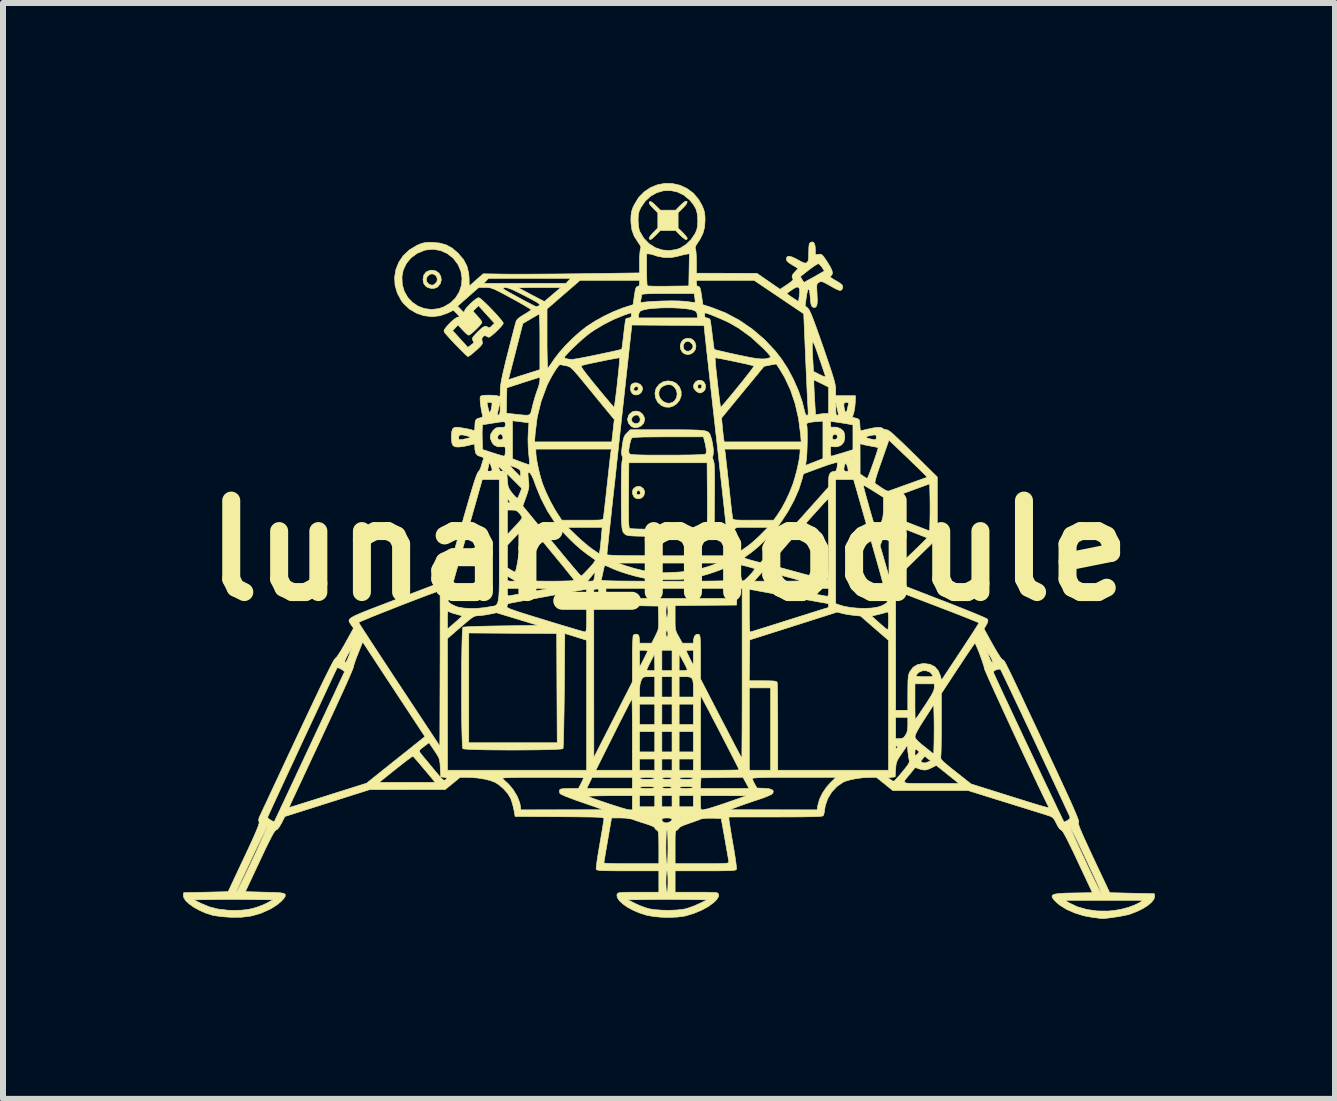
<source format=kicad_pcb>
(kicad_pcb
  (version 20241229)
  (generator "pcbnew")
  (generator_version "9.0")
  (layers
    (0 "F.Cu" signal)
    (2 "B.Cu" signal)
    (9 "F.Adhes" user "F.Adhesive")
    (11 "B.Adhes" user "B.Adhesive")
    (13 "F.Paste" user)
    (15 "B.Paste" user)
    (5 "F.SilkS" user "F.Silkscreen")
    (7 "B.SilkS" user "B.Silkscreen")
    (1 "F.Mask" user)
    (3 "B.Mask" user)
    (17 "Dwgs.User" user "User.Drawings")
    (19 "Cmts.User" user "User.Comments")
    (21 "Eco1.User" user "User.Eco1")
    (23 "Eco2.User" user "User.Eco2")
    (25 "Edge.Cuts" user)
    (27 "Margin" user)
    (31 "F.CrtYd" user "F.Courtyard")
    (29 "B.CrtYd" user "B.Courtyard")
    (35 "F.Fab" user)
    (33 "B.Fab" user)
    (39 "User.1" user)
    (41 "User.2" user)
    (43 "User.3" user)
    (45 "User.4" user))
  (footprint "lunar_module"
    (layer "F.Cu")
    (at 8.096 6.125)
    (property "Reference" "lunar_module" (at 0 0 0) (layer "F.SilkS") (effects (font (size 1.524 1.524) (thickness 0.3))))
    (attr through_hole)
    (fp_poly (pts (xy -0.52 -2.792) (xy -0.475 -2.767) (xy -0.446 -2.727) (xy -0.44 -2.698) (xy -0.454 -2.648) (xy -0.489 -2.612) (xy -0.535 -2.595) (xy -0.583 -2.599) (xy -0.615 -2.622) (xy -0.637 -2.664) (xy -0.64 -2.696) (xy -0.588 -2.696) (xy -0.585 -2.677) (xy -0.559 -2.66) (xy -0.528 -2.667) (xy -0.514 -2.685) (xy -0.515 -2.719) (xy -0.523 -2.731) (xy -0.547 -2.736) (xy -0.573 -2.721) (xy -0.588 -2.696) (xy -0.64 -2.696) (xy -0.642 -2.716) (xy -0.631 -2.761) (xy -0.618 -2.777) (xy -0.571 -2.797) (xy -0.52 -2.792)) (stroke (width 0.01) (type solid)) (fill yes) (layer "F.SilkS"))
    (fp_poly (pts (xy -0.47 -1.065) (xy -0.427 -1.034) (xy -0.409 -0.994) (xy -0.407 -0.964) (xy -0.421 -0.914) (xy -0.456 -0.88) (xy -0.503 -0.864) (xy -0.552 -0.873) (xy -0.582 -0.895) (xy -0.604 -0.939) (xy -0.607 -0.969) (xy -0.539 -0.969) (xy -0.536 -0.94) (xy -0.51 -0.931) (xy -0.508 -0.931) (xy -0.481 -0.939) (xy -0.477 -0.968) (xy -0.477 -0.969) (xy -0.491 -0.999) (xy -0.508 -1.008) (xy -0.53 -0.993) (xy -0.539 -0.969) (xy -0.607 -0.969) (xy -0.608 -0.99) (xy -0.597 -1.026) (xy -0.557 -1.061) (xy -0.507 -1.074) (xy -0.47 -1.065)) (stroke (width 0.01) (type solid)) (fill yes) (layer "F.SilkS"))
    (fp_poly (pts (xy 0.537 -2.839) (xy 0.579 -2.815) (xy 0.605 -2.769) (xy 0.61 -2.735) (xy 0.599 -2.681) (xy 0.572 -2.651) (xy 0.532 -2.629) (xy 0.497 -2.63) (xy 0.456 -2.656) (xy 0.451 -2.66) (xy 0.414 -2.706) (xy 0.412 -2.731) (xy 0.477 -2.731) (xy 0.481 -2.717) (xy 0.5 -2.694) (xy 0.529 -2.704) (xy 0.537 -2.711) (xy 0.549 -2.74) (xy 0.538 -2.767) (xy 0.516 -2.777) (xy 0.486 -2.764) (xy 0.477 -2.731) (xy 0.412 -2.731) (xy 0.409 -2.757) (xy 0.437 -2.807) (xy 0.44 -2.811) (xy 0.488 -2.839) (xy 0.537 -2.839)) (stroke (width 0.01) (type solid)) (fill yes) (layer "F.SilkS"))
    (fp_poly (pts (xy -0.49 -2.313) (xy -0.442 -2.278) (xy -0.413 -2.225) (xy -0.406 -2.183) (xy -0.421 -2.127) (xy -0.46 -2.083) (xy -0.512 -2.055) (xy -0.57 -2.048) (xy -0.624 -2.067) (xy -0.628 -2.071) (xy -0.675 -2.124) (xy -0.691 -2.185) (xy -0.627 -2.185) (xy -0.613 -2.146) (xy -0.579 -2.122) (xy -0.536 -2.117) (xy -0.497 -2.135) (xy -0.491 -2.142) (xy -0.478 -2.181) (xy -0.488 -2.224) (xy -0.515 -2.256) (xy -0.526 -2.261) (xy -0.566 -2.258) (xy -0.604 -2.234) (xy -0.625 -2.197) (xy -0.627 -2.185) (xy -0.691 -2.185) (xy -0.691 -2.185) (xy -0.676 -2.248) (xy -0.654 -2.28) (xy -0.604 -2.317) (xy -0.546 -2.327) (xy -0.49 -2.313)) (stroke (width 0.01) (type solid)) (fill yes) (layer "F.SilkS"))
    (fp_poly (pts (xy 0.369 -3.531) (xy 0.41 -3.504) (xy 0.434 -3.467) (xy 0.45 -3.408) (xy 0.439 -3.353) (xy 0.409 -3.308) (xy 0.364 -3.278) (xy 0.312 -3.267) (xy 0.259 -3.28) (xy 0.223 -3.307) (xy 0.193 -3.36) (xy 0.189 -3.401) (xy 0.237 -3.401) (xy 0.25 -3.354) (xy 0.283 -3.327) (xy 0.324 -3.322) (xy 0.366 -3.341) (xy 0.383 -3.361) (xy 0.4 -3.394) (xy 0.398 -3.42) (xy 0.383 -3.446) (xy 0.344 -3.481) (xy 0.302 -3.489) (xy 0.264 -3.471) (xy 0.241 -3.43) (xy 0.237 -3.401) (xy 0.189 -3.401) (xy 0.187 -3.418) (xy 0.204 -3.473) (xy 0.24 -3.516) (xy 0.291 -3.538) (xy 0.309 -3.539) (xy 0.369 -3.531)) (stroke (width 0.01) (type solid)) (fill yes) (layer "F.SilkS"))
    (fp_poly (pts (xy -3.882 -4.66) (xy -3.832 -4.623) (xy -3.802 -4.57) (xy -3.794 -4.51) (xy -3.81 -4.449) (xy -3.853 -4.396) (xy -3.859 -4.391) (xy -3.91 -4.371) (xy -3.971 -4.371) (xy -4.029 -4.391) (xy -4.056 -4.41) (xy -4.088 -4.456) (xy -4.098 -4.516) (xy -4.098 -4.521) (xy -4.097 -4.526) (xy -4.044 -4.526) (xy -4.037 -4.481) (xy -4.006 -4.445) (xy -3.991 -4.437) (xy -3.955 -4.424) (xy -3.932 -4.425) (xy -3.903 -4.443) (xy -3.898 -4.446) (xy -3.866 -4.484) (xy -3.86 -4.528) (xy -3.874 -4.57) (xy -3.905 -4.601) (xy -3.948 -4.613) (xy -3.985 -4.604) (xy -4.026 -4.571) (xy -4.044 -4.526) (xy -4.097 -4.526) (xy -4.084 -4.593) (xy -4.045 -4.644) (xy -3.984 -4.67) (xy -3.949 -4.674) (xy -3.882 -4.66)) (stroke (width 0.01) (type solid)) (fill yes) (layer "F.SilkS"))
    (fp_poly (pts (xy 0.052 -2.821) (xy 0.12 -2.788) (xy 0.173 -2.729) (xy 0.176 -2.726) (xy 0.203 -2.651) (xy 0.202 -2.578) (xy 0.177 -2.51) (xy 0.133 -2.453) (xy 0.075 -2.412) (xy 0.007 -2.39) (xy -0.066 -2.394) (xy -0.128 -2.42) (xy -0.187 -2.473) (xy -0.223 -2.544) (xy -0.234 -2.623) (xy -0.229 -2.645) (xy -0.169 -2.645) (xy -0.167 -2.586) (xy -0.143 -2.533) (xy -0.102 -2.49) (xy -0.051 -2.463) (xy 0.006 -2.455) (xy 0.063 -2.473) (xy 0.094 -2.497) (xy 0.128 -2.552) (xy 0.136 -2.617) (xy 0.121 -2.68) (xy 0.084 -2.733) (xy 0.038 -2.762) (xy -0.019 -2.768) (xy -0.081 -2.752) (xy -0.132 -2.718) (xy -0.144 -2.704) (xy -0.169 -2.645) (xy -0.229 -2.645) (xy -0.217 -2.699) (xy -0.212 -2.709) (xy -0.162 -2.773) (xy -0.097 -2.813) (xy -0.023 -2.829) (xy 0.052 -2.821)) (stroke (width 0.01) (type solid)) (fill yes) (layer "F.SilkS"))
    (fp_poly (pts (xy 0.303 -5.816) (xy 0.297 -5.788) (xy 0.265 -5.744) (xy 0.229 -5.707) (xy 0.152 -5.632) (xy 0.152 -5.375) (xy 0.229 -5.3) (xy 0.268 -5.258) (xy 0.296 -5.222) (xy 0.305 -5.203) (xy 0.295 -5.183) (xy 0.268 -5.189) (xy 0.224 -5.222) (xy 0.186 -5.258) (xy 0.111 -5.334) (xy -0.145 -5.334) (xy -0.22 -5.258) (xy -0.267 -5.212) (xy -0.296 -5.189) (xy -0.315 -5.185) (xy -0.329 -5.197) (xy -0.331 -5.2) (xy -0.326 -5.221) (xy -0.302 -5.256) (xy -0.264 -5.298) (xy -0.186 -5.377) (xy -0.186 -5.629) (xy -0.266 -5.71) (xy -0.309 -5.756) (xy -0.329 -5.786) (xy -0.329 -5.806) (xy -0.325 -5.812) (xy -0.308 -5.818) (xy -0.283 -5.805) (xy -0.244 -5.772) (xy -0.224 -5.752) (xy -0.143 -5.673) (xy 0.111 -5.673) (xy 0.186 -5.749) (xy 0.229 -5.789) (xy 0.264 -5.816) (xy 0.283 -5.825) (xy 0.303 -5.816)) (stroke (width 0.01) (type solid)) (fill yes) (layer "F.SilkS"))
    (fp_poly (pts (xy 0.136 -2.015) (xy 0.276 -2.014) (xy 0.389 -2.012) (xy 0.478 -2.009) (xy 0.546 -2.004) (xy 0.596 -1.997) (xy 0.631 -1.987) (xy 0.656 -1.974) (xy 0.672 -1.957) (xy 0.683 -1.936) (xy 0.691 -1.918) (xy 0.712 -1.849) (xy 0.728 -1.77) (xy 0.738 -1.694) (xy 0.74 -1.63) (xy 0.734 -1.593) (xy 0.725 -1.544) (xy 0.74 -1.501) (xy 0.746 -1.482) (xy 0.752 -1.452) (xy 0.755 -1.408) (xy 0.758 -1.346) (xy 0.759 -1.262) (xy 0.76 -1.154) (xy 0.759 -1.017) (xy 0.758 -0.896) (xy 0.754 -0.336) (xy 0.698 -0.286) (xy 0.643 -0.237) (xy -0.013 -0.238) (xy -0.189 -0.238) (xy -0.334 -0.239) (xy -0.451 -0.241) (xy -0.542 -0.243) (xy -0.611 -0.246) (xy -0.66 -0.25) (xy -0.692 -0.255) (xy -0.709 -0.261) (xy -0.732 -0.274) (xy -0.75 -0.29) (xy -0.764 -0.31) (xy -0.775 -0.34) (xy -0.783 -0.383) (xy -0.788 -0.441) (xy -0.792 -0.519) (xy -0.794 -0.619) (xy -0.794 -0.641) (xy -0.674 -0.641) (xy -0.674 -0.542) (xy -0.672 -0.469) (xy -0.668 -0.418) (xy -0.664 -0.387) (xy -0.658 -0.371) (xy -0.656 -0.37) (xy -0.635 -0.367) (xy -0.584 -0.364) (xy -0.507 -0.361) (xy -0.407 -0.359) (xy -0.29 -0.357) (xy -0.158 -0.356) (xy -0.015 -0.356) (xy -0.015 -0.356) (xy 0.152 -0.356) (xy 0.288 -0.357) (xy 0.396 -0.358) (xy 0.479 -0.36) (xy 0.54 -0.363) (xy 0.583 -0.366) (xy 0.609 -0.371) (xy 0.623 -0.377) (xy 0.625 -0.379) (xy 0.631 -0.398) (xy 0.635 -0.442) (xy 0.638 -0.511) (xy 0.64 -0.609) (xy 0.64 -0.736) (xy 0.64 -0.895) (xy 0.639 -0.933) (xy 0.635 -1.465) (xy -0.669 -1.465) (xy -0.673 -0.924) (xy -0.674 -0.767) (xy -0.674 -0.641) (xy -0.794 -0.641) (xy -0.795 -0.747) (xy -0.795 -0.904) (xy -0.795 -0.92) (xy -0.795 -1.087) (xy -0.793 -1.229) (xy -0.791 -1.344) (xy -0.787 -1.43) (xy -0.783 -1.486) (xy -0.778 -1.508) (xy -0.77 -1.551) (xy -0.78 -1.576) (xy -0.789 -1.606) (xy -0.789 -1.642) (xy -0.67 -1.642) (xy -0.661 -1.618) (xy -0.659 -1.616) (xy -0.649 -1.609) (xy -0.629 -1.604) (xy -0.594 -1.6) (xy -0.543 -1.597) (xy -0.472 -1.595) (xy -0.378 -1.593) (xy -0.258 -1.592) (xy -0.109 -1.592) (xy -0.028 -1.592) (xy 0.114 -1.592) (xy 0.245 -1.594) (xy 0.362 -1.595) (xy 0.461 -1.598) (xy 0.537 -1.601) (xy 0.588 -1.604) (xy 0.608 -1.607) (xy 0.622 -1.636) (xy 0.62 -1.694) (xy 0.604 -1.782) (xy 0.591 -1.833) (xy 0.574 -1.897) (xy -0.016 -1.897) (xy -0.182 -1.896) (xy -0.317 -1.895) (xy -0.424 -1.894) (xy -0.505 -1.891) (xy -0.562 -1.888) (xy -0.6 -1.883) (xy -0.619 -1.878) (xy -0.622 -1.875) (xy -0.634 -1.848) (xy -0.648 -1.799) (xy -0.659 -1.747) (xy -0.669 -1.683) (xy -0.67 -1.642) (xy -0.789 -1.642) (xy -0.789 -1.653) (xy -0.782 -1.723) (xy -0.777 -1.759) (xy -0.765 -1.833) (xy -0.752 -1.884) (xy -0.735 -1.92) (xy -0.71 -1.951) (xy -0.701 -1.96) (xy -0.647 -2.015) (xy -0.035 -2.015) (xy 0.136 -2.015)) (stroke (width 0.01) (type solid)) (fill yes) (layer "F.SilkS"))
    (fp_poly (pts (xy 0.059 -6.117) (xy 0.181 -6.089) (xy 0.297 -6.036) (xy 0.402 -5.959) (xy 0.491 -5.856) (xy 0.548 -5.757) (xy 0.576 -5.692) (xy 0.592 -5.636) (xy 0.599 -5.573) (xy 0.601 -5.512) (xy 0.593 -5.391) (xy 0.566 -5.288) (xy 0.517 -5.189) (xy 0.483 -5.139) (xy 0.45 -5.087) (xy 0.437 -5.052) (xy 0.441 -5.027) (xy 0.448 -4.999) (xy 0.453 -4.945) (xy 0.456 -4.874) (xy 0.457 -4.81) (xy 0.457 -4.623) (xy 0.961 -4.622) (xy 1.465 -4.621) (xy 1.658 -4.488) (xy 1.851 -4.355) (xy 1.967 -4.432) (xy 2.03 -4.477) (xy 2.063 -4.508) (xy 2.068 -4.526) (xy 2.066 -4.527) (xy 2.05 -4.561) (xy 2.052 -4.567) (xy 2.189 -4.567) (xy 2.216 -4.519) (xy 2.237 -4.486) (xy 2.249 -4.471) (xy 2.25 -4.471) (xy 2.266 -4.478) (xy 2.305 -4.5) (xy 2.362 -4.531) (xy 2.423 -4.565) (xy 2.589 -4.66) (xy 2.55 -4.722) (xy 2.52 -4.759) (xy 2.493 -4.78) (xy 2.486 -4.782) (xy 2.463 -4.771) (xy 2.42 -4.744) (xy 2.365 -4.704) (xy 2.325 -4.674) (xy 2.189 -4.567) (xy 2.052 -4.567) (xy 2.063 -4.603) (xy 2.101 -4.649) (xy 2.152 -4.703) (xy 2.054 -4.761) (xy 1.998 -4.797) (xy 1.968 -4.825) (xy 1.956 -4.852) (xy 1.956 -4.861) (xy 1.966 -4.895) (xy 1.996 -4.906) (xy 2.049 -4.894) (xy 2.124 -4.859) (xy 2.148 -4.845) (xy 2.209 -4.812) (xy 2.248 -4.795) (xy 2.274 -4.791) (xy 2.294 -4.798) (xy 2.298 -4.801) (xy 2.313 -4.817) (xy 2.322 -4.845) (xy 2.327 -4.891) (xy 2.328 -4.962) (xy 2.328 -4.971) (xy 2.33 -5.046) (xy 2.334 -5.094) (xy 2.343 -5.122) (xy 2.357 -5.136) (xy 2.392 -5.145) (xy 2.419 -5.124) (xy 2.435 -5.074) (xy 2.438 -5.02) (xy 2.438 -4.93) (xy 2.493 -4.938) (xy 2.52 -4.94) (xy 2.541 -4.934) (xy 2.563 -4.916) (xy 2.591 -4.879) (xy 2.631 -4.82) (xy 2.637 -4.81) (xy 2.687 -4.729) (xy 2.715 -4.669) (xy 2.724 -4.626) (xy 2.714 -4.595) (xy 2.698 -4.581) (xy 2.687 -4.568) (xy 2.693 -4.554) (xy 2.72 -4.534) (xy 2.772 -4.503) (xy 2.783 -4.497) (xy 2.843 -4.461) (xy 2.878 -4.434) (xy 2.893 -4.41) (xy 2.896 -4.392) (xy 2.885 -4.356) (xy 2.867 -4.34) (xy 2.853 -4.337) (xy 2.834 -4.339) (xy 2.807 -4.35) (xy 2.765 -4.37) (xy 2.703 -4.404) (xy 2.63 -4.445) (xy 2.579 -4.472) (xy 2.546 -4.483) (xy 2.52 -4.481) (xy 2.5 -4.472) (xy 2.481 -4.46) (xy 2.469 -4.446) (xy 2.463 -4.423) (xy 2.462 -4.383) (xy 2.465 -4.32) (xy 2.467 -4.274) (xy 2.471 -4.185) (xy 2.47 -4.125) (xy 2.463 -4.088) (xy 2.456 -4.073) (xy 2.431 -4.05) (xy 2.405 -4.054) (xy 2.388 -4.064) (xy 2.372 -4.086) (xy 2.361 -4.135) (xy 2.354 -4.214) (xy 2.354 -4.219) (xy 2.346 -4.3) (xy 2.336 -4.347) (xy 2.325 -4.361) (xy 2.312 -4.341) (xy 2.298 -4.287) (xy 2.288 -4.225) (xy 2.268 -4.08) (xy 2.312 -4.042) (xy 2.326 -4.026) (xy 2.343 -3.997) (xy 2.363 -3.954) (xy 2.389 -3.892) (xy 2.42 -3.81) (xy 2.459 -3.704) (xy 2.506 -3.572) (xy 2.562 -3.411) (xy 2.567 -3.397) (xy 2.622 -3.236) (xy 2.667 -3.104) (xy 2.703 -2.996) (xy 2.73 -2.911) (xy 2.75 -2.843) (xy 2.764 -2.789) (xy 2.772 -2.747) (xy 2.776 -2.712) (xy 2.777 -2.686) (xy 2.777 -2.582) (xy 3.107 -2.582) (xy 3.103 -2.467) (xy 3.097 -2.396) (xy 3.086 -2.329) (xy 3.076 -2.287) (xy 3.054 -2.223) (xy 3.114 -2.208) (xy 3.149 -2.198) (xy 3.167 -2.183) (xy 3.176 -2.155) (xy 3.18 -2.103) (xy 3.18 -2.095) (xy 3.184 -2.043) (xy 3.188 -2.008) (xy 3.191 -1.998) (xy 3.21 -2.002) (xy 3.251 -2.011) (xy 3.296 -2.022) (xy 3.404 -2.045) (xy 3.482 -2.055) (xy 3.533 -2.052) (xy 3.557 -2.039) (xy 3.589 -2.02) (xy 3.62 -2.015) (xy 3.634 -2.013) (xy 3.652 -2.005) (xy 3.676 -1.99) (xy 3.708 -1.965) (xy 3.75 -1.928) (xy 3.804 -1.878) (xy 3.874 -1.812) (xy 3.96 -1.729) (xy 4.065 -1.626) (xy 4.192 -1.502) (xy 4.229 -1.465) (xy 4.47 -1.228) (xy 4.47 -0.206) (xy 4.103 0.151) (xy 4.012 0.24) (xy 3.929 0.321) (xy 3.858 0.392) (xy 3.802 0.45) (xy 3.763 0.491) (xy 3.745 0.512) (xy 3.744 0.515) (xy 3.76 0.522) (xy 3.806 0.541) (xy 3.877 0.569) (xy 3.97 0.605) (xy 4.083 0.649) (xy 4.212 0.699) (xy 4.354 0.754) (xy 4.506 0.813) (xy 4.521 0.819) (xy 4.675 0.878) (xy 4.819 0.935) (xy 4.95 0.987) (xy 5.066 1.034) (xy 5.163 1.074) (xy 5.237 1.106) (xy 5.287 1.129) (xy 5.308 1.141) (xy 5.309 1.142) (xy 5.314 1.171) (xy 5.3 1.213) (xy 5.287 1.236) (xy 5.249 1.302) (xy 5.389 1.556) (xy 5.437 1.64) (xy 5.481 1.713) (xy 5.518 1.771) (xy 5.545 1.807) (xy 5.557 1.817) (xy 5.563 1.819) (xy 5.569 1.821) (xy 5.575 1.826) (xy 5.583 1.836) (xy 5.594 1.852) (xy 5.608 1.876) (xy 5.626 1.911) (xy 5.649 1.957) (xy 5.679 2.017) (xy 5.716 2.093) (xy 5.76 2.186) (xy 5.814 2.299) (xy 5.877 2.433) (xy 5.95 2.59) (xy 6.036 2.772) (xy 6.134 2.98) (xy 6.245 3.217) (xy 6.258 3.245) (xy 6.366 3.476) (xy 6.46 3.677) (xy 6.541 3.852) (xy 6.61 4.001) (xy 6.668 4.128) (xy 6.716 4.233) (xy 6.753 4.319) (xy 6.782 4.387) (xy 6.803 4.439) (xy 6.817 4.477) (xy 6.825 4.503) (xy 6.827 4.52) (xy 6.825 4.526) (xy 6.822 4.539) (xy 6.825 4.56) (xy 6.835 4.594) (xy 6.854 4.642) (xy 6.882 4.709) (xy 6.92 4.795) (xy 6.971 4.905) (xy 7.034 5.041) (xy 7.074 5.127) (xy 7.343 5.698) (xy 7.714 5.707) (xy 8.086 5.715) (xy 8.091 5.759) (xy 8.08 5.805) (xy 8.041 5.856) (xy 7.978 5.91) (xy 7.895 5.963) (xy 7.796 6.011) (xy 7.687 6.053) (xy 7.667 6.06) (xy 7.616 6.072) (xy 7.546 6.086) (xy 7.466 6.1) (xy 7.383 6.112) (xy 7.306 6.122) (xy 7.243 6.128) (xy 7.204 6.128) (xy 7.199 6.128) (xy 7.178 6.125) (xy 7.133 6.119) (xy 7.073 6.112) (xy 7.073 6.112) (xy 6.915 6.084) (xy 6.764 6.037) (xy 6.626 5.977) (xy 6.509 5.904) (xy 6.454 5.857) (xy 6.423 5.825) (xy 6.596 5.825) (xy 6.663 5.866) (xy 6.804 5.933) (xy 6.966 5.979) (xy 7.14 6.003) (xy 7.321 6.004) (xy 7.425 5.994) (xy 7.541 5.973) (xy 7.656 5.942) (xy 7.758 5.904) (xy 7.834 5.867) (xy 7.899 5.826) (xy 7.247 5.826) (xy 6.596 5.825) (xy 6.423 5.825) (xy 6.411 5.813) (xy 6.386 5.778) (xy 6.382 5.752) (xy 6.401 5.733) (xy 6.445 5.719) (xy 6.516 5.711) (xy 6.616 5.705) (xy 6.742 5.703) (xy 7.055 5.698) (xy 6.81 5.177) (xy 6.738 5.023) (xy 6.677 4.899) (xy 6.629 4.802) (xy 6.591 4.731) (xy 6.564 4.685) (xy 6.545 4.661) (xy 6.538 4.657) (xy 6.514 4.641) (xy 6.499 4.62) (xy 6.693 4.62) (xy 6.698 4.638) (xy 6.716 4.683) (xy 6.745 4.749) (xy 6.783 4.833) (xy 6.827 4.93) (xy 6.876 5.036) (xy 6.928 5.147) (xy 6.98 5.259) (xy 7.031 5.367) (xy 7.079 5.467) (xy 7.122 5.555) (xy 7.157 5.626) (xy 7.183 5.677) (xy 7.198 5.703) (xy 7.2 5.706) (xy 7.199 5.692) (xy 7.185 5.654) (xy 7.161 5.598) (xy 7.139 5.55) (xy 7.042 5.343) (xy 6.959 5.165) (xy 6.888 5.015) (xy 6.83 4.891) (xy 6.783 4.792) (xy 6.746 4.718) (xy 6.719 4.665) (xy 6.702 4.633) (xy 6.694 4.62) (xy 6.693 4.62) (xy 6.499 4.62) (xy 6.482 4.597) (xy 6.456 4.548) (xy 6.426 4.49) (xy 6.401 4.455) (xy 6.371 4.433) (xy 6.33 4.416) (xy 6.321 4.414) (xy 6.287 4.403) (xy 6.225 4.383) (xy 6.138 4.356) (xy 6.031 4.323) (xy 5.908 4.284) (xy 5.774 4.243) (xy 5.631 4.198) (xy 5.611 4.192) (xy 4.982 3.996) (xy 3.729 3.996) (xy 3.592 3.886) (xy 3.548 3.85) (xy 3.921 3.85) (xy 3.933 3.864) (xy 3.964 3.873) (xy 4.018 3.877) (xy 4.098 3.878) (xy 4.205 3.878) (xy 4.344 3.878) (xy 4.361 3.878) (xy 4.83 3.878) (xy 4.642 3.727) (xy 4.454 3.577) (xy 4.375 3.617) (xy 4.309 3.646) (xy 4.256 3.655) (xy 4.2 3.646) (xy 4.164 3.634) (xy 4.102 3.612) (xy 4.02 3.714) (xy 3.979 3.763) (xy 3.947 3.801) (xy 3.927 3.83) (xy 3.921 3.85) (xy 3.548 3.85) (xy 3.467 3.785) (xy 3.649 3.785) (xy 3.691 3.814) (xy 3.724 3.835) (xy 3.745 3.844) (xy 3.759 3.832) (xy 3.791 3.798) (xy 3.835 3.749) (xy 3.886 3.688) (xy 3.886 3.688) (xy 3.943 3.618) (xy 3.981 3.567) (xy 4 3.532) (xy 4.004 3.516) (xy 4.198 3.516) (xy 4.213 3.525) (xy 4.245 3.536) (xy 4.272 3.535) (xy 4.311 3.521) (xy 4.313 3.521) (xy 4.36 3.502) (xy 4.311 3.463) (xy 4.294 3.449) (xy 4.527 3.449) (xy 4.532 3.467) (xy 4.545 3.488) (xy 4.572 3.516) (xy 4.615 3.553) (xy 4.677 3.605) (xy 4.763 3.673) (xy 4.776 3.683) (xy 5.032 3.886) (xy 5.661 4.084) (xy 5.828 4.136) (xy 5.965 4.179) (xy 6.075 4.213) (xy 6.161 4.239) (xy 6.226 4.258) (xy 6.272 4.27) (xy 6.303 4.278) (xy 6.321 4.28) (xy 6.328 4.278) (xy 6.328 4.273) (xy 6.326 4.27) (xy 6.311 4.241) (xy 6.283 4.185) (xy 6.244 4.105) (xy 6.196 4.005) (xy 6.139 3.886) (xy 6.076 3.753) (xy 6.008 3.607) (xy 5.935 3.453) (xy 5.86 3.292) (xy 5.784 3.129) (xy 5.708 2.965) (xy 5.634 2.804) (xy 5.562 2.649) (xy 5.495 2.502) (xy 5.433 2.368) (xy 5.379 2.248) (xy 5.332 2.145) (xy 5.296 2.063) (xy 5.281 2.029) (xy 5.406 2.029) (xy 5.406 2.03) (xy 5.415 2.05) (xy 5.436 2.097) (xy 5.469 2.169) (xy 5.513 2.263) (xy 5.565 2.376) (xy 5.626 2.505) (xy 5.693 2.648) (xy 5.765 2.802) (xy 5.841 2.963) (xy 5.919 3.13) (xy 5.999 3.298) (xy 6.079 3.467) (xy 6.157 3.633) (xy 6.232 3.792) (xy 6.304 3.943) (xy 6.37 4.082) (xy 6.43 4.207) (xy 6.481 4.315) (xy 6.524 4.403) (xy 6.555 4.469) (xy 6.575 4.509) (xy 6.582 4.521) (xy 6.6 4.514) (xy 6.635 4.497) (xy 6.64 4.495) (xy 6.676 4.468) (xy 6.681 4.44) (xy 6.672 4.418) (xy 6.65 4.37) (xy 6.616 4.296) (xy 6.572 4.201) (xy 6.519 4.087) (xy 6.458 3.957) (xy 6.391 3.813) (xy 6.319 3.659) (xy 6.243 3.497) (xy 6.165 3.331) (xy 6.086 3.162) (xy 6.007 2.994) (xy 5.929 2.83) (xy 5.855 2.672) (xy 5.784 2.523) (xy 5.72 2.387) (xy 5.662 2.265) (xy 5.612 2.161) (xy 5.572 2.078) (xy 5.543 2.017) (xy 5.526 1.984) (xy 5.523 1.977) (xy 5.5 1.973) (xy 5.46 1.981) (xy 5.454 1.983) (xy 5.414 2.004) (xy 5.406 2.029) (xy 5.281 2.029) (xy 5.271 2.005) (xy 5.258 1.974) (xy 5.257 1.969) (xy 5.25 1.937) (xy 5.234 1.885) (xy 5.212 1.819) (xy 5.186 1.747) (xy 5.163 1.685) (xy 5.303 1.685) (xy 5.33 1.762) (xy 5.354 1.82) (xy 5.375 1.856) (xy 5.389 1.865) (xy 5.39 1.865) (xy 5.39 1.843) (xy 5.373 1.8) (xy 5.351 1.759) (xy 5.324 1.715) (xy 5.307 1.689) (xy 5.303 1.685) (xy 5.163 1.685) (xy 5.159 1.677) (xy 5.149 1.651) (xy 5.283 1.651) (xy 5.292 1.659) (xy 5.3 1.651) (xy 5.292 1.643) (xy 5.283 1.651) (xy 5.149 1.651) (xy 5.134 1.615) (xy 5.113 1.568) (xy 5.1 1.543) (xy 5.097 1.541) (xy 5.086 1.555) (xy 5.059 1.593) (xy 5.018 1.653) (xy 4.965 1.731) (xy 4.904 1.823) (xy 4.836 1.926) (xy 4.813 1.96) (xy 4.538 2.379) (xy 4.538 2.881) (xy 4.538 3.01) (xy 4.537 3.13) (xy 4.536 3.237) (xy 4.534 3.325) (xy 4.532 3.39) (xy 4.529 3.427) (xy 4.529 3.431) (xy 4.527 3.449) (xy 4.294 3.449) (xy 4.263 3.424) (xy 4.224 3.469) (xy 4.2 3.5) (xy 4.198 3.516) (xy 4.004 3.516) (xy 4.005 3.507) (xy 4.004 3.498) (xy 3.996 3.463) (xy 3.988 3.407) (xy 3.983 3.363) (xy 4.098 3.363) (xy 4.099 3.403) (xy 4.106 3.415) (xy 4.124 3.402) (xy 4.132 3.395) (xy 4.157 3.368) (xy 4.166 3.351) (xy 4.152 3.333) (xy 4.132 3.319) (xy 4.11 3.31) (xy 4.1 3.321) (xy 4.098 3.359) (xy 4.098 3.363) (xy 3.983 3.363) (xy 3.981 3.353) (xy 3.971 3.243) (xy 3.878 3.378) (xy 3.834 3.443) (xy 3.806 3.491) (xy 3.79 3.533) (xy 3.781 3.579) (xy 3.776 3.64) (xy 3.776 3.641) (xy 3.768 3.768) (xy 3.708 3.776) (xy 3.649 3.785) (xy 3.467 3.785) (xy 3.456 3.776) (xy 3.341 3.777) (xy 3.236 3.782) (xy 3.127 3.796) (xy 3.025 3.816) (xy 2.94 3.841) (xy 2.902 3.857) (xy 2.8 3.927) (xy 2.713 4.019) (xy 2.646 4.128) (xy 2.605 4.244) (xy 2.596 4.299) (xy 2.588 4.355) (xy 2.577 4.399) (xy 2.569 4.415) (xy 2.558 4.421) (xy 2.531 4.425) (xy 2.485 4.429) (xy 2.419 4.431) (xy 2.331 4.433) (xy 2.217 4.435) (xy 2.075 4.436) (xy 1.904 4.436) (xy 1.776 4.437) (xy 0.999 4.437) (xy 0.999 4.473) (xy 1.002 4.499) (xy 1.01 4.554) (xy 1.022 4.631) (xy 1.038 4.727) (xy 1.056 4.834) (xy 1.067 4.894) (xy 1.086 5.006) (xy 1.102 5.107) (xy 1.114 5.192) (xy 1.122 5.258) (xy 1.125 5.298) (xy 1.124 5.307) (xy 1.118 5.315) (xy 1.104 5.321) (xy 1.079 5.326) (xy 1.038 5.329) (xy 0.979 5.331) (xy 0.898 5.333) (xy 0.791 5.334) (xy 0.655 5.334) (xy 0.608 5.334) (xy 0.102 5.334) (xy 0.102 5.69) (xy 0.439 5.69) (xy 0.544 5.69) (xy 0.638 5.691) (xy 0.716 5.694) (xy 0.773 5.696) (xy 0.801 5.699) (xy 0.803 5.7) (xy 0.828 5.723) (xy 0.826 5.761) (xy 0.798 5.809) (xy 0.749 5.859) (xy 0.657 5.927) (xy 0.542 5.99) (xy 0.414 6.043) (xy 0.286 6.082) (xy 0.255 6.089) (xy 0.143 6.104) (xy 0.012 6.11) (xy -0.125 6.107) (xy -0.255 6.095) (xy -0.366 6.075) (xy -0.381 6.071) (xy -0.493 6.035) (xy -0.598 5.99) (xy -0.691 5.94) (xy -0.768 5.886) (xy -0.825 5.833) (xy -0.836 5.817) (xy -0.686 5.817) (xy -0.559 5.88) (xy -0.482 5.915) (xy -0.398 5.946) (xy -0.326 5.967) (xy -0.322 5.968) (xy -0.227 5.982) (xy -0.113 5.99) (xy 0.009 5.992) (xy 0.126 5.987) (xy 0.228 5.976) (xy 0.271 5.968) (xy 0.342 5.947) (xy 0.425 5.916) (xy 0.503 5.881) (xy 0.508 5.879) (xy 0.635 5.817) (xy 0.31 5.812) (xy 0.179 5.811) (xy 0.028 5.81) (xy -0.128 5.81) (xy -0.275 5.811) (xy -0.35 5.812) (xy -0.686 5.817) (xy -0.836 5.817) (xy -0.86 5.782) (xy -0.868 5.736) (xy -0.861 5.719) (xy -0.853 5.709) (xy -0.837 5.701) (xy -0.808 5.696) (xy -0.764 5.693) (xy -0.698 5.691) (xy -0.607 5.69) (xy -0.507 5.69) (xy -0.169 5.69) (xy -0.169 5.512) (xy -0.051 5.512) (xy -0.049 5.593) (xy -0.045 5.652) (xy -0.038 5.685) (xy -0.034 5.69) (xy -0.026 5.673) (xy -0.02 5.628) (xy -0.017 5.558) (xy -0.017 5.512) (xy -0.018 5.43) (xy -0.023 5.371) (xy -0.029 5.339) (xy -0.034 5.334) (xy -0.042 5.35) (xy -0.047 5.396) (xy -0.05 5.466) (xy -0.051 5.512) (xy -0.169 5.512) (xy -0.169 5.334) (xy -0.686 5.334) (xy -0.835 5.334) (xy -0.952 5.333) (xy -1.043 5.332) (xy -1.111 5.33) (xy -1.158 5.326) (xy -1.188 5.322) (xy -1.205 5.316) (xy -1.213 5.309) (xy -1.213 5.309) (xy -1.213 5.285) (xy -1.207 5.234) (xy -1.203 5.203) (xy -1.084 5.203) (xy -1.068 5.206) (xy -1.022 5.209) (xy -0.951 5.212) (xy -0.859 5.214) (xy -0.751 5.215) (xy -0.631 5.215) (xy -0.627 5.215) (xy -0.169 5.215) (xy -0.169 4.945) (xy -0.169 4.936) (xy -0.051 4.936) (xy -0.05 5.046) (xy -0.047 5.131) (xy -0.042 5.188) (xy -0.036 5.214) (xy -0.034 5.215) (xy -0.027 5.199) (xy -0.022 5.151) (xy -0.019 5.075) (xy -0.017 4.972) (xy -0.017 4.936) (xy 0.102 4.936) (xy 0.102 5.215) (xy 0.55 5.215) (xy 0.692 5.215) (xy 0.802 5.214) (xy 0.884 5.212) (xy 0.942 5.209) (xy 0.978 5.204) (xy 0.995 5.199) (xy 0.998 5.194) (xy 0.995 5.172) (xy 0.987 5.122) (xy 0.974 5.048) (xy 0.958 4.957) (xy 0.94 4.854) (xy 0.934 4.818) (xy 0.87 4.462) (xy 0.723 4.457) (xy 0.617 4.458) (xy 0.542 4.468) (xy 0.52 4.476) (xy 0.479 4.492) (xy 0.417 4.514) (xy 0.345 4.539) (xy 0.319 4.548) (xy 0.236 4.578) (xy 0.185 4.604) (xy 0.164 4.626) (xy 0.163 4.626) (xy 0.144 4.652) (xy 0.129 4.657) (xy 0.119 4.66) (xy 0.111 4.674) (xy 0.106 4.703) (xy 0.103 4.751) (xy 0.102 4.824) (xy 0.102 4.925) (xy 0.102 4.936) (xy -0.017 4.936) (xy -0.018 4.826) (xy -0.021 4.741) (xy -0.025 4.684) (xy -0.032 4.658) (xy -0.034 4.657) (xy -0.041 4.673) (xy -0.046 4.721) (xy -0.049 4.797) (xy -0.051 4.9) (xy -0.051 4.936) (xy -0.169 4.936) (xy -0.17 4.843) (xy -0.171 4.77) (xy -0.174 4.721) (xy -0.178 4.689) (xy -0.186 4.671) (xy -0.197 4.66) (xy -0.203 4.657) (xy -0.23 4.634) (xy -0.237 4.617) (xy -0.252 4.602) (xy -0.295 4.582) (xy -0.358 4.559) (xy -0.394 4.547) (xy -0.469 4.524) (xy -0.537 4.501) (xy -0.579 4.486) (xy -0.119 4.486) (xy -0.108 4.514) (xy -0.073 4.531) (xy -0.048 4.536) (xy -0.025 4.532) (xy 0.007 4.522) (xy 0.039 4.501) (xy 0.051 4.479) (xy 0.042 4.463) (xy 0.038 4.462) (xy 0.169 4.462) (xy 0.178 4.47) (xy 0.186 4.462) (xy 0.178 4.453) (xy 0.169 4.462) (xy 0.038 4.462) (xy 0.012 4.455) (xy -0.034 4.453) (xy -0.085 4.455) (xy -0.11 4.463) (xy -0.118 4.48) (xy -0.119 4.486) (xy -0.579 4.486) (xy -0.588 4.483) (xy -0.604 4.476) (xy -0.65 4.465) (xy -0.698 4.459) (xy -0.265 4.459) (xy -0.263 4.469) (xy -0.254 4.47) (xy -0.24 4.464) (xy -0.243 4.459) (xy -0.263 4.457) (xy -0.265 4.459) (xy -0.698 4.459) (xy -0.721 4.456) (xy -0.805 4.453) (xy -0.807 4.453) (xy -0.957 4.453) (xy -1.021 4.822) (xy -1.039 4.93) (xy -1.056 5.026) (xy -1.069 5.106) (xy -1.079 5.165) (xy -1.084 5.198) (xy -1.084 5.203) (xy -1.203 5.203) (xy -1.197 5.159) (xy -1.183 5.066) (xy -1.165 4.959) (xy -1.153 4.889) (xy -1.134 4.777) (xy -1.116 4.674) (xy -1.102 4.587) (xy -1.091 4.519) (xy -1.085 4.477) (xy -1.084 4.466) (xy -1.086 4.459) (xy -1.093 4.453) (xy -1.109 4.448) (xy -1.137 4.445) (xy -1.179 4.441) (xy -1.239 4.439) (xy -1.319 4.437) (xy -1.423 4.436) (xy -1.552 4.434) (xy -1.711 4.433) (xy -1.824 4.432) (xy -2.563 4.428) (xy -2.584 4.315) (xy -2.601 4.242) (xy -2.622 4.17) (xy -2.639 4.125) (xy -2.685 4.048) (xy -2.753 3.97) (xy -2.831 3.902) (xy -2.897 3.86) (xy -2.974 3.83) (xy -3.075 3.805) (xy -3.127 3.797) (xy -2.774 3.797) (xy -2.769 3.802) (xy -2.677 3.884) (xy -2.596 3.982) (xy -2.531 4.088) (xy -2.489 4.193) (xy -2.477 4.248) (xy -2.468 4.318) (xy -1.78 4.317) (xy -1.092 4.316) (xy -1.446 4.194) (xy -1.552 4.157) (xy -1.647 4.121) (xy -1.718 4.093) (xy -1.355 4.093) (xy -1.274 4.124) (xy -1.18 4.157) (xy -1.08 4.191) (xy -0.978 4.225) (xy -0.882 4.256) (xy -0.796 4.283) (xy -0.727 4.303) (xy -0.68 4.315) (xy -0.665 4.317) (xy -0.61 4.318) (xy -0.61 4.081) (xy -0.491 4.081) (xy -0.491 4.267) (xy -0.237 4.267) (xy -0.237 4.081) (xy -0.119 4.081) (xy -0.119 4.267) (xy 0.051 4.267) (xy 0.051 4.081) (xy 0.169 4.081) (xy 0.169 4.267) (xy 0.406 4.267) (xy 0.406 4.199) (xy 0.525 4.199) (xy 0.525 4.261) (xy 0.529 4.297) (xy 0.538 4.313) (xy 0.556 4.318) (xy 0.572 4.318) (xy 0.58 4.316) (xy 1.008 4.316) (xy 1.738 4.317) (xy 2.468 4.318) (xy 2.48 4.243) (xy 2.507 4.144) (xy 2.558 4.038) (xy 2.627 3.937) (xy 2.689 3.868) (xy 2.783 3.776) (xy 2.086 3.776) (xy 1.907 3.776) (xy 1.759 3.777) (xy 1.64 3.778) (xy 1.547 3.78) (xy 1.478 3.783) (xy 1.431 3.786) (xy 1.402 3.79) (xy 1.39 3.795) (xy 1.389 3.797) (xy 1.397 3.824) (xy 1.417 3.867) (xy 1.427 3.886) (xy 1.466 3.954) (xy 1.586 3.959) (xy 1.668 3.966) (xy 1.718 3.982) (xy 1.738 4.006) (xy 1.731 4.04) (xy 1.73 4.042) (xy 1.705 4.062) (xy 1.649 4.088) (xy 1.564 4.121) (xy 1.493 4.145) (xy 1.397 4.177) (xy 1.298 4.211) (xy 1.209 4.242) (xy 1.14 4.267) (xy 1.14 4.267) (xy 1.008 4.316) (xy 0.58 4.316) (xy 0.601 4.312) (xy 0.657 4.297) (xy 0.734 4.274) (xy 0.826 4.244) (xy 0.928 4.21) (xy 0.957 4.2) (xy 1.295 4.083) (xy 0.91 4.082) (xy 0.525 4.081) (xy 0.525 4.199) (xy 0.406 4.199) (xy 0.406 4.081) (xy 0.169 4.081) (xy 0.051 4.081) (xy -0.119 4.081) (xy -0.237 4.081) (xy -0.491 4.081) (xy -0.61 4.081) (xy -0.995 4.082) (xy -1.103 4.083) (xy -1.198 4.085) (xy -1.274 4.087) (xy -1.327 4.089) (xy -1.353 4.092) (xy -1.355 4.093) (xy -1.718 4.093) (xy -1.725 4.091) (xy -1.782 4.066) (xy -1.813 4.049) (xy -1.817 4.045) (xy -1.827 4.008) (xy -1.824 3.99) (xy -1.813 3.977) (xy -1.788 3.968) (xy -1.744 3.964) (xy -1.673 3.962) (xy -1.66 3.962) (xy -1.508 3.962) (xy -1.371 3.962) (xy -0.61 3.962) (xy -0.61 3.945) (xy -0.491 3.945) (xy -0.475 3.954) (xy -0.433 3.96) (xy -0.37 3.962) (xy -0.364 3.962) (xy -0.3 3.96) (xy -0.255 3.955) (xy -0.237 3.946) (xy -0.237 3.945) (xy -0.119 3.945) (xy -0.103 3.955) (xy -0.064 3.961) (xy -0.034 3.962) (xy 0.014 3.959) (xy 0.045 3.952) (xy 0.051 3.945) (xy 0.051 3.945) (xy 0.169 3.945) (xy 0.169 3.945) (xy 0.185 3.954) (xy 0.227 3.96) (xy 0.288 3.962) (xy 0.288 3.962) (xy 0.523 3.962) (xy 1.334 3.962) (xy 1.284 3.869) (xy 1.233 3.775) (xy 0.883 3.78) (xy 0.533 3.785) (xy 0.523 3.962) (xy 0.288 3.962) (xy 0.349 3.96) (xy 0.391 3.954) (xy 0.406 3.945) (xy 0.406 3.945) (xy 0.391 3.937) (xy 0.349 3.931) (xy 0.288 3.929) (xy 0.288 3.929) (xy 0.227 3.931) (xy 0.185 3.937) (xy 0.169 3.945) (xy 0.051 3.945) (xy 0.036 3.936) (xy -0.003 3.93) (xy -0.034 3.929) (xy -0.082 3.932) (xy -0.113 3.939) (xy -0.119 3.945) (xy -0.237 3.945) (xy -0.253 3.937) (xy -0.295 3.931) (xy -0.358 3.929) (xy -0.364 3.929) (xy -0.428 3.931) (xy -0.473 3.936) (xy -0.491 3.945) (xy -0.491 3.945) (xy -0.61 3.945) (xy -0.61 3.793) (xy -0.491 3.793) (xy -0.475 3.802) (xy -0.433 3.808) (xy -0.37 3.81) (xy -0.364 3.81) (xy -0.3 3.808) (xy -0.255 3.802) (xy -0.237 3.794) (xy -0.237 3.793) (xy -0.119 3.793) (xy -0.103 3.803) (xy -0.064 3.809) (xy -0.034 3.81) (xy 0.014 3.807) (xy 0.045 3.799) (xy 0.051 3.793) (xy 0.051 3.793) (xy 0.169 3.793) (xy 0.169 3.793) (xy 0.185 3.802) (xy 0.227 3.808) (xy 0.288 3.81) (xy 0.288 3.81) (xy 0.349 3.808) (xy 0.391 3.802) (xy 0.406 3.793) (xy 0.406 3.793) (xy 0.391 3.784) (xy 0.349 3.778) (xy 0.288 3.776) (xy 0.288 3.776) (xy 0.227 3.778) (xy 0.185 3.784) (xy 0.169 3.793) (xy 0.051 3.793) (xy 0.036 3.783) (xy -0.003 3.777) (xy -0.034 3.776) (xy -0.082 3.779) (xy -0.113 3.787) (xy -0.119 3.793) (xy -0.237 3.793) (xy -0.253 3.785) (xy -0.295 3.779) (xy -0.358 3.776) (xy -0.364 3.776) (xy -0.428 3.778) (xy -0.473 3.784) (xy -0.491 3.792) (xy -0.491 3.793) (xy -0.61 3.793) (xy -0.61 3.776) (xy -1.28 3.776) (xy -1.371 3.962) (xy -1.508 3.962) (xy -1.465 3.878) (xy -1.442 3.831) (xy -1.426 3.796) (xy -1.422 3.785) (xy -1.439 3.783) (xy -1.485 3.781) (xy -1.559 3.78) (xy -1.655 3.779) (xy -1.772 3.778) (xy -1.904 3.777) (xy -2.049 3.777) (xy -2.112 3.777) (xy -2.284 3.777) (xy -2.425 3.777) (xy -2.537 3.778) (xy -2.624 3.78) (xy -2.688 3.782) (xy -2.732 3.784) (xy -2.759 3.788) (xy -2.772 3.792) (xy -2.774 3.797) (xy -3.127 3.797) (xy -3.19 3.787) (xy -3.308 3.778) (xy -3.353 3.777) (xy -3.48 3.776) (xy -3.604 3.878) (xy -3.728 3.979) (xy -4.358 3.98) (xy -4.987 3.981) (xy -5.693 4.205) (xy -6.4 4.429) (xy -6.455 4.539) (xy -6.496 4.608) (xy -6.529 4.646) (xy -6.545 4.653) (xy -6.557 4.661) (xy -6.575 4.684) (xy -6.599 4.723) (xy -6.631 4.783) (xy -6.672 4.864) (xy -6.724 4.97) (xy -6.787 5.104) (xy -6.818 5.17) (xy -7.058 5.681) (xy -6.735 5.69) (xy -6.622 5.693) (xy -6.537 5.696) (xy -6.477 5.7) (xy -6.437 5.706) (xy -6.412 5.713) (xy -6.399 5.722) (xy -6.394 5.727) (xy -6.394 5.758) (xy -6.42 5.799) (xy -6.467 5.848) (xy -6.531 5.9) (xy -6.608 5.951) (xy -6.656 5.977) (xy -6.805 6.043) (xy -6.957 6.086) (xy -7.119 6.107) (xy -7.298 6.108) (xy -7.391 6.102) (xy -7.483 6.093) (xy -7.562 6.082) (xy -7.612 6.072) (xy -7.72 6.037) (xy -7.822 5.992) (xy -7.915 5.941) (xy -7.992 5.886) (xy -8.051 5.832) (xy -8.061 5.817) (xy -7.916 5.817) (xy -7.802 5.874) (xy -7.661 5.933) (xy -7.514 5.971) (xy -7.35 5.99) (xy -7.254 5.993) (xy -7.128 5.99) (xy -7.022 5.979) (xy -6.936 5.961) (xy -6.854 5.936) (xy -6.769 5.904) (xy -6.701 5.872) (xy -6.597 5.817) (xy -6.932 5.812) (xy -7.066 5.811) (xy -7.218 5.81) (xy -7.374 5.81) (xy -7.519 5.811) (xy -7.591 5.812) (xy -7.916 5.817) (xy -8.061 5.817) (xy -8.084 5.781) (xy -8.091 5.744) (xy -8.086 5.698) (xy -7.715 5.69) (xy -7.345 5.681) (xy -7.211 5.681) (xy -7.21 5.689) (xy -7.2 5.681) (xy -7.189 5.662) (xy -7.165 5.616) (xy -7.131 5.547) (xy -7.087 5.458) (xy -7.037 5.353) (xy -6.981 5.235) (xy -6.933 5.134) (xy -6.875 5.01) (xy -6.823 4.895) (xy -6.777 4.794) (xy -6.739 4.711) (xy -6.712 4.647) (xy -6.696 4.608) (xy -6.692 4.597) (xy -6.701 4.61) (xy -6.722 4.65) (xy -6.754 4.714) (xy -6.795 4.799) (xy -6.844 4.901) (xy -6.899 5.016) (xy -6.951 5.127) (xy -7.01 5.253) (xy -7.064 5.369) (xy -7.113 5.472) (xy -7.153 5.559) (xy -7.184 5.625) (xy -7.204 5.667) (xy -7.211 5.681) (xy -7.345 5.681) (xy -7.079 5.114) (xy -7.007 4.961) (xy -6.949 4.835) (xy -6.904 4.735) (xy -6.871 4.657) (xy -6.848 4.6) (xy -6.834 4.559) (xy -6.828 4.533) (xy -6.83 4.518) (xy -6.83 4.518) (xy -6.838 4.485) (xy -6.827 4.446) (xy -6.689 4.446) (xy -6.676 4.461) (xy -6.646 4.483) (xy -6.611 4.503) (xy -6.584 4.515) (xy -6.576 4.515) (xy -6.569 4.5) (xy -6.548 4.456) (xy -6.515 4.386) (xy -6.471 4.293) (xy -6.466 4.28) (xy -6.331 4.28) (xy -6.26 4.259) (xy -6.227 4.249) (xy -6.167 4.23) (xy -6.082 4.203) (xy -5.979 4.171) (xy -5.859 4.133) (xy -5.729 4.092) (xy -5.613 4.055) (xy -5.038 3.874) (xy -5.022 3.861) (xy -4.83 3.861) (xy -3.893 3.861) (xy -4.074 3.645) (xy -4.135 3.573) (xy -4.188 3.51) (xy -4.231 3.462) (xy -4.258 3.432) (xy -4.267 3.424) (xy -4.283 3.433) (xy -4.321 3.46) (xy -4.378 3.502) (xy -4.449 3.557) (xy -4.529 3.62) (xy -4.554 3.64) (xy -4.83 3.861) (xy -5.022 3.861) (xy -4.552 3.485) (xy -4.373 3.343) (xy -4.16 3.343) (xy -4.151 3.358) (xy -4.147 3.364) (xy -4.129 3.388) (xy -4.093 3.433) (xy -4.043 3.493) (xy -3.984 3.564) (xy -3.938 3.62) (xy -3.87 3.701) (xy -3.821 3.759) (xy -3.786 3.797) (xy -3.762 3.818) (xy -3.745 3.826) (xy -3.732 3.823) (xy -3.72 3.814) (xy -3.7 3.794) (xy -3.705 3.784) (xy -3.738 3.777) (xy -3.745 3.776) (xy -3.802 3.768) (xy -3.81 3.615) (xy -3.815 3.543) (xy -3.822 3.492) (xy -3.835 3.45) (xy -3.859 3.406) (xy -3.897 3.348) (xy -3.908 3.331) (xy -3.998 3.199) (xy -4.044 3.233) (xy -4.103 3.278) (xy -4.14 3.307) (xy -4.157 3.327) (xy -4.16 3.343) (xy -4.373 3.343) (xy -4.066 3.097) (xy -4.364 2.645) (xy -4.451 2.513) (xy -4.544 2.372) (xy -4.639 2.227) (xy -4.73 2.089) (xy -4.813 1.963) (xy -4.882 1.858) (xy -4.882 1.857) (xy -5.103 1.521) (xy -5.177 1.705) (xy -5.208 1.783) (xy -5.233 1.854) (xy -5.251 1.911) (xy -5.258 1.941) (xy -5.266 1.965) (xy -5.287 2.016) (xy -5.32 2.094) (xy -5.364 2.194) (xy -5.418 2.314) (xy -5.481 2.451) (xy -5.551 2.604) (xy -5.627 2.768) (xy -5.708 2.942) (xy -5.758 3.05) (xy -5.842 3.23) (xy -5.923 3.402) (xy -5.999 3.565) (xy -6.069 3.715) (xy -6.132 3.85) (xy -6.187 3.967) (xy -6.231 4.062) (xy -6.265 4.134) (xy -6.286 4.18) (xy -6.292 4.193) (xy -6.331 4.28) (xy -6.466 4.28) (xy -6.417 4.178) (xy -6.354 4.043) (xy -6.283 3.892) (xy -6.206 3.726) (xy -6.122 3.548) (xy -6.034 3.36) (xy -5.995 3.277) (xy -5.905 3.084) (xy -5.819 2.901) (xy -5.738 2.728) (xy -5.664 2.569) (xy -5.596 2.425) (xy -5.538 2.3) (xy -5.489 2.194) (xy -5.45 2.112) (xy -5.423 2.054) (xy -5.409 2.024) (xy -5.407 2.02) (xy -5.417 2.005) (xy -5.445 1.984) (xy -5.481 1.963) (xy -5.513 1.951) (xy -5.528 1.951) (xy -5.538 1.971) (xy -5.561 2.018) (xy -5.595 2.09) (xy -5.64 2.185) (xy -5.693 2.298) (xy -5.753 2.427) (xy -5.82 2.571) (xy -5.892 2.725) (xy -5.968 2.887) (xy -6.046 3.054) (xy -6.125 3.223) (xy -6.203 3.393) (xy -6.28 3.559) (xy -6.355 3.719) (xy -6.425 3.87) (xy -6.489 4.009) (xy -6.547 4.134) (xy -6.597 4.242) (xy -6.637 4.33) (xy -6.667 4.395) (xy -6.684 4.435) (xy -6.689 4.446) (xy -6.827 4.446) (xy -6.825 4.438) (xy -6.822 4.433) (xy -6.811 4.409) (xy -6.787 4.358) (xy -6.751 4.28) (xy -6.703 4.178) (xy -6.646 4.056) (xy -6.58 3.914) (xy -6.506 3.757) (xy -6.426 3.585) (xy -6.34 3.401) (xy -6.25 3.209) (xy -6.197 3.096) (xy -6.079 2.845) (xy -5.975 2.625) (xy -5.884 2.433) (xy -5.806 2.268) (xy -5.739 2.13) (xy -5.683 2.018) (xy -5.639 1.93) (xy -5.605 1.865) (xy -5.593 1.844) (xy -5.402 1.844) (xy -5.396 1.864) (xy -5.382 1.854) (xy -5.361 1.819) (xy -5.339 1.766) (xy -5.32 1.715) (xy -5.308 1.678) (xy -5.306 1.665) (xy -5.316 1.674) (xy -5.336 1.705) (xy -5.359 1.747) (xy -5.381 1.791) (xy -5.397 1.827) (xy -5.402 1.844) (xy -5.593 1.844) (xy -5.58 1.822) (xy -5.565 1.801) (xy -5.561 1.797) (xy -5.54 1.777) (xy -5.507 1.731) (xy -5.464 1.663) (xy -5.447 1.634) (xy -5.3 1.634) (xy -5.292 1.643) (xy -5.283 1.634) (xy -5.292 1.626) (xy -5.3 1.634) (xy -5.447 1.634) (xy -5.415 1.58) (xy -5.391 1.536) (xy -5.256 1.292) (xy -5.296 1.234) (xy -5.312 1.21) (xy -5.32 1.197) (xy -5.17 1.197) (xy -5.16 1.213) (xy -5.134 1.255) (xy -5.091 1.322) (xy -5.034 1.409) (xy -4.965 1.516) (xy -4.884 1.639) (xy -4.793 1.778) (xy -4.694 1.928) (xy -4.589 2.089) (xy -4.493 2.234) (xy -3.818 3.256) (xy -3.814 1.964) (xy -3.813 1.758) (xy -3.813 1.562) (xy -3.813 1.464) (xy -3.691 1.464) (xy -3.691 3.658) (xy -1.372 3.658) (xy -1.219 3.658) (xy -0.61 3.658) (xy -0.61 3.471) (xy -0.491 3.471) (xy -0.491 3.658) (xy -0.237 3.658) (xy -0.237 3.471) (xy -0.119 3.471) (xy -0.119 3.658) (xy 0.051 3.658) (xy 0.051 3.471) (xy 0.169 3.471) (xy 0.169 3.658) (xy 0.406 3.658) (xy 0.406 3.471) (xy 0.169 3.471) (xy 0.051 3.471) (xy -0.119 3.471) (xy -0.237 3.471) (xy -0.491 3.471) (xy -0.61 3.471) (xy -0.61 3.065) (xy -0.61 3.014) (xy -0.491 3.014) (xy -0.491 3.353) (xy -0.237 3.353) (xy -0.237 3.014) (xy -0.119 3.014) (xy -0.119 3.353) (xy 0.051 3.353) (xy 0.051 3.014) (xy 0.169 3.014) (xy 0.169 3.353) (xy 0.406 3.353) (xy 0.406 3.037) (xy 0.525 3.037) (xy 0.525 3.658) (xy 0.847 3.658) (xy 0.947 3.657) (xy 1.034 3.656) (xy 1.104 3.655) (xy 1.15 3.653) (xy 1.168 3.65) (xy 1.168 3.65) (xy 1.161 3.633) (xy 1.14 3.59) (xy 1.107 3.525) (xy 1.065 3.442) (xy 1.015 3.345) (xy 0.959 3.237) (xy 0.9 3.122) (xy 0.839 3.004) (xy 0.779 2.888) (xy 0.72 2.776) (xy 0.667 2.673) (xy 0.619 2.583) (xy 0.58 2.509) (xy 0.551 2.455) (xy 0.535 2.426) (xy 0.532 2.421) (xy 0.53 2.438) (xy 0.529 2.484) (xy 0.528 2.557) (xy 0.526 2.652) (xy 0.526 2.767) (xy 0.525 2.896) (xy 0.525 3.037) (xy 0.406 3.037) (xy 0.406 3.014) (xy 0.169 3.014) (xy 0.051 3.014) (xy -0.119 3.014) (xy -0.237 3.014) (xy -0.491 3.014) (xy -0.61 3.014) (xy -0.61 2.927) (xy -0.61 2.801) (xy -0.612 2.689) (xy -0.613 2.597) (xy -0.614 2.557) (xy -0.491 2.557) (xy -0.491 2.896) (xy -0.237 2.896) (xy -0.237 2.557) (xy -0.119 2.557) (xy -0.119 2.896) (xy 0.051 2.896) (xy 0.051 2.557) (xy 0.169 2.557) (xy 0.169 2.896) (xy 0.406 2.896) (xy 0.406 2.557) (xy 0.169 2.557) (xy 0.051 2.557) (xy -0.119 2.557) (xy -0.237 2.557) (xy -0.491 2.557) (xy -0.614 2.557) (xy -0.614 2.528) (xy -0.616 2.485) (xy -0.618 2.472) (xy -0.627 2.487) (xy -0.65 2.529) (xy -0.684 2.594) (xy -0.728 2.68) (xy -0.781 2.784) (xy -0.841 2.901) (xy -0.905 3.03) (xy -0.923 3.065) (xy -1.219 3.658) (xy -1.372 3.658) (xy -1.372 1.492) (xy -1.554 1.435) (xy -1.736 1.379) (xy -1.744 2.328) (xy -1.746 2.504) (xy -1.748 2.671) (xy -1.751 2.824) (xy -1.753 2.962) (xy -1.756 3.08) (xy -1.759 3.176) (xy -1.762 3.246) (xy -1.764 3.287) (xy -1.766 3.298) (xy -1.786 3.303) (xy -1.836 3.307) (xy -1.911 3.311) (xy -2.008 3.314) (xy -2.123 3.317) (xy -2.252 3.319) (xy -2.391 3.32) (xy -2.535 3.321) (xy -2.682 3.321) (xy -2.826 3.32) (xy -2.963 3.319) (xy -3.091 3.317) (xy -3.204 3.314) (xy -3.299 3.311) (xy -3.372 3.307) (xy -3.418 3.303) (xy -3.434 3.299) (xy -3.439 3.278) (xy -3.443 3.226) (xy -3.444 3.2) (xy -3.336 3.2) (xy -1.862 3.2) (xy -1.867 2.29) (xy -1.871 1.38) (xy -2.603 1.376) (xy -3.336 1.371) (xy -3.336 3.2) (xy -3.444 3.2) (xy -3.446 3.149) (xy -3.449 3.048) (xy -3.452 2.929) (xy -3.454 2.794) (xy -3.455 2.647) (xy -3.456 2.492) (xy -3.456 2.332) (xy -3.456 2.171) (xy -3.455 2.013) (xy -3.454 1.861) (xy -3.452 1.719) (xy -3.45 1.59) (xy -3.447 1.479) (xy -3.444 1.388) (xy -3.44 1.322) (xy -3.436 1.283) (xy -3.433 1.275) (xy -3.412 1.272) (xy -3.361 1.268) (xy -3.284 1.265) (xy -3.184 1.261) (xy -3.067 1.258) (xy -2.935 1.255) (xy -2.796 1.253) (xy -2.179 1.245) (xy -2.527 1.139) (xy -2.874 1.034) (xy -2.991 1.058) (xy -3.063 1.071) (xy -3.133 1.08) (xy -3.18 1.083) (xy -3.208 1.085) (xy -3.234 1.091) (xy -3.263 1.105) (xy -3.3 1.13) (xy -3.349 1.169) (xy -3.416 1.226) (xy -3.472 1.274) (xy -3.691 1.464) (xy -3.813 1.464) (xy -3.813 1.379) (xy -3.813 1.211) (xy -3.813 1.151) (xy -3.691 1.151) (xy -3.691 1.306) (xy -3.567 1.199) (xy -3.515 1.153) (xy -3.474 1.116) (xy -3.45 1.093) (xy -3.446 1.088) (xy -3.463 1.081) (xy -3.503 1.07) (xy -3.548 1.057) (xy -3.605 1.041) (xy -3.65 1.024) (xy -3.669 1.013) (xy -3.68 1.01) (xy -3.687 1.026) (xy -3.69 1.065) (xy -3.691 1.132) (xy -3.691 1.151) (xy -3.813 1.151) (xy -3.812 1.06) (xy -3.813 0.93) (xy -3.813 0.835) (xy -3.681 0.835) (xy -3.669 0.859) (xy -3.633 0.887) (xy -3.581 0.915) (xy -3.523 0.937) (xy -3.511 0.941) (xy -3.422 0.956) (xy -3.313 0.963) (xy -3.194 0.961) (xy -3.077 0.949) (xy -3.025 0.941) (xy -2.984 0.934) (xy -2.977 0.933) (xy -2.7 0.933) (xy -2.695 0.943) (xy -2.682 0.953) (xy -2.657 0.966) (xy -2.618 0.981) (xy -2.561 1.001) (xy -2.484 1.027) (xy -2.384 1.058) (xy -2.258 1.098) (xy -2.103 1.145) (xy -2.07 1.155) (xy -1.929 1.199) (xy -1.796 1.239) (xy -1.677 1.274) (xy -1.575 1.305) (xy -1.493 1.329) (xy -1.434 1.345) (xy -1.404 1.353) (xy -1.401 1.353) (xy -1.391 1.351) (xy -1.384 1.342) (xy -1.379 1.321) (xy -1.375 1.285) (xy -1.373 1.228) (xy -1.372 1.147) (xy -1.372 1.038) (xy -1.372 0.999) (xy -1.372 0.893) (xy -1.372 0.8) (xy -1.373 0.725) (xy -1.374 0.671) (xy -1.375 0.647) (xy -1.253 0.647) (xy -1.253 2.047) (xy -1.252 3.446) (xy -0.931 2.816) (xy -0.682 2.329) (xy -0.491 2.329) (xy -0.491 2.438) (xy -0.237 2.438) (xy -0.237 2.1) (xy -0.119 2.1) (xy -0.119 2.438) (xy 0.051 2.438) (xy 0.051 2.1) (xy 0.169 2.1) (xy 0.169 2.438) (xy 0.406 2.438) (xy 0.406 2.302) (xy 0.405 2.216) (xy 0.397 2.159) (xy 0.38 2.124) (xy 0.35 2.106) (xy 0.303 2.1) (xy 0.27 2.1) (xy 0.169 2.1) (xy 0.051 2.1) (xy -0.119 2.1) (xy -0.237 2.1) (xy -0.336 2.1) (xy -0.391 2.101) (xy -0.424 2.107) (xy -0.444 2.125) (xy -0.461 2.157) (xy -0.463 2.16) (xy -0.482 2.223) (xy -0.491 2.307) (xy -0.491 2.329) (xy -0.682 2.329) (xy -0.61 2.186) (xy -0.609 1.985) (xy -0.372 1.985) (xy -0.357 1.993) (xy -0.32 1.998) (xy -0.305 1.998) (xy -0.237 1.998) (xy -0.239 1.719) (xy -0.305 1.846) (xy -0.335 1.905) (xy -0.358 1.953) (xy -0.371 1.982) (xy -0.372 1.985) (xy -0.609 1.985) (xy -0.609 1.809) (xy -0.609 1.698) (xy -0.608 1.659) (xy -0.491 1.659) (xy -0.49 1.799) (xy -0.489 1.939) (xy -0.423 1.812) (xy -0.393 1.752) (xy -0.37 1.705) (xy -0.358 1.676) (xy -0.356 1.672) (xy -0.371 1.664) (xy -0.408 1.66) (xy -0.423 1.659) (xy -0.119 1.659) (xy -0.119 1.998) (xy 0.051 1.998) (xy 0.169 1.998) (xy 0.237 1.998) (xy 0.279 1.995) (xy 0.303 1.986) (xy 0.305 1.982) (xy 0.297 1.961) (xy 0.277 1.918) (xy 0.248 1.862) (xy 0.237 1.843) (xy 0.17 1.719) (xy 0.169 1.998) (xy 0.051 1.998) (xy 0.051 1.668) (xy 0.288 1.668) (xy 0.295 1.686) (xy 0.312 1.724) (xy 0.336 1.773) (xy 0.361 1.824) (xy 0.384 1.866) (xy 0.398 1.893) (xy 0.402 1.897) (xy 0.404 1.881) (xy 0.406 1.84) (xy 0.406 1.783) (xy 0.406 1.778) (xy 0.406 1.659) (xy 0.347 1.659) (xy 0.308 1.662) (xy 0.288 1.667) (xy 0.288 1.668) (xy 0.051 1.668) (xy 0.051 1.659) (xy -0.119 1.659) (xy -0.423 1.659) (xy -0.491 1.659) (xy -0.608 1.659) (xy -0.607 1.598) (xy -0.604 1.514) (xy -0.601 1.451) (xy -0.597 1.415) (xy -0.595 1.408) (xy -0.569 1.393) (xy -0.54 1.391) (xy -0.514 1.4) (xy -0.5 1.424) (xy -0.494 1.469) (xy -0.489 1.541) (xy -0.288 1.541) (xy -0.228 1.422) (xy -0.207 1.379) (xy -0.051 1.379) (xy -0.047 1.419) (xy -0.036 1.439) (xy -0.034 1.439) (xy -0.022 1.425) (xy -0.017 1.39) (xy -0.022 1.35) (xy -0.034 1.329) (xy -0.045 1.336) (xy -0.051 1.371) (xy -0.051 1.379) (xy -0.207 1.379) (xy -0.202 1.369) (xy -0.185 1.327) (xy -0.176 1.288) (xy -0.172 1.24) (xy -0.172 1.176) (xy -0.173 1.113) (xy -0.175 1.016) (xy -0.051 1.016) (xy -0.048 1.07) (xy -0.042 1.107) (xy -0.034 1.118) (xy -0.025 1.102) (xy -0.019 1.062) (xy -0.017 1.016) (xy -0.02 0.962) (xy -0.026 0.925) (xy -0.034 0.915) (xy 0.102 0.915) (xy 0.102 1.119) (xy 0.102 1.206) (xy 0.104 1.267) (xy 0.109 1.312) (xy 0.12 1.349) (xy 0.137 1.387) (xy 0.162 1.432) (xy 0.223 1.541) (xy 0.404 1.541) (xy 0.41 1.479) (xy 0.424 1.425) (xy 0.454 1.395) (xy 0.493 1.392) (xy 0.497 1.394) (xy 0.506 1.401) (xy 0.513 1.416) (xy 0.518 1.444) (xy 0.522 1.488) (xy 0.524 1.554) (xy 0.525 1.645) (xy 0.525 1.766) (xy 0.525 1.77) (xy 0.525 2.135) (xy 0.865 2.795) (xy 0.937 2.932) (xy 1.003 3.06) (xy 1.063 3.175) (xy 1.115 3.275) (xy 1.158 3.355) (xy 1.189 3.414) (xy 1.208 3.447) (xy 1.213 3.454) (xy 1.214 3.438) (xy 1.215 3.39) (xy 1.215 3.313) (xy 1.216 3.21) (xy 1.217 3.083) (xy 1.218 2.934) (xy 1.218 2.766) (xy 1.219 2.582) (xy 1.219 2.384) (xy 1.219 2.286) (xy 1.338 2.286) (xy 1.338 3.658) (xy 1.693 3.658) (xy 1.693 2.286) (xy 1.338 2.286) (xy 1.219 2.286) (xy 1.219 2.175) (xy 1.219 2.167) (xy 1.337 2.167) (xy 1.564 2.167) (xy 1.658 2.168) (xy 1.723 2.17) (xy 1.765 2.174) (xy 1.789 2.181) (xy 1.8 2.191) (xy 1.802 2.194) (xy 1.804 2.216) (xy 1.806 2.269) (xy 1.808 2.348) (xy 1.809 2.45) (xy 1.81 2.571) (xy 1.811 2.707) (xy 1.812 2.856) (xy 1.812 2.939) (xy 1.812 3.658) (xy 3.658 3.658) (xy 3.658 3.278) (xy 3.776 3.278) (xy 3.784 3.295) (xy 3.793 3.294) (xy 3.809 3.272) (xy 3.81 3.267) (xy 3.797 3.252) (xy 3.793 3.251) (xy 3.778 3.265) (xy 3.776 3.278) (xy 3.658 3.278) (xy 3.658 2.777) (xy 3.776 2.777) (xy 3.776 3.133) (xy 3.84 3.132) (xy 3.885 3.127) (xy 3.917 3.107) (xy 3.925 3.095) (xy 4.099 3.095) (xy 4.104 3.12) (xy 4.123 3.148) (xy 4.158 3.184) (xy 4.214 3.232) (xy 4.256 3.265) (xy 4.411 3.389) (xy 4.416 3.185) (xy 4.417 3.077) (xy 4.418 2.954) (xy 4.417 2.835) (xy 4.416 2.773) (xy 4.411 2.566) (xy 4.255 2.808) (xy 4.185 2.918) (xy 4.136 3.003) (xy 4.107 3.063) (xy 4.099 3.095) (xy 3.925 3.095) (xy 3.941 3.073) (xy 3.963 3.031) (xy 3.975 2.982) (xy 3.979 2.915) (xy 3.979 2.896) (xy 3.979 2.777) (xy 3.776 2.777) (xy 3.658 2.777) (xy 3.658 2.659) (xy 3.776 2.659) (xy 3.979 2.659) (xy 3.979 2.37) (xy 3.98 2.261) (xy 3.981 2.218) (xy 4.098 2.218) (xy 4.098 2.515) (xy 4.098 2.611) (xy 4.099 2.694) (xy 4.1 2.758) (xy 4.102 2.799) (xy 4.104 2.811) (xy 4.115 2.798) (xy 4.141 2.761) (xy 4.18 2.705) (xy 4.227 2.634) (xy 4.265 2.578) (xy 4.325 2.485) (xy 4.368 2.415) (xy 4.396 2.363) (xy 4.413 2.324) (xy 4.419 2.292) (xy 4.42 2.281) (xy 4.42 2.218) (xy 4.098 2.218) (xy 3.981 2.218) (xy 3.981 2.181) (xy 3.985 2.122) (xy 3.99 2.086) (xy 4.115 2.086) (xy 4.13 2.092) (xy 4.172 2.097) (xy 4.232 2.099) (xy 4.259 2.1) (xy 4.329 2.099) (xy 4.37 2.097) (xy 4.39 2.091) (xy 4.392 2.081) (xy 4.386 2.066) (xy 4.346 2.023) (xy 4.288 2.001) (xy 4.225 2) (xy 4.168 2.024) (xy 4.154 2.035) (xy 4.127 2.065) (xy 4.115 2.085) (xy 4.115 2.086) (xy 3.99 2.086) (xy 3.99 2.08) (xy 3.999 2.047) (xy 4.011 2.019) (xy 4.013 2.016) (xy 4.067 1.943) (xy 4.141 1.898) (xy 4.235 1.88) (xy 4.249 1.88) (xy 4.349 1.893) (xy 4.428 1.933) (xy 4.487 2.001) (xy 4.523 2.088) (xy 4.541 2.157) (xy 4.853 1.685) (xy 4.927 1.572) (xy 4.995 1.469) (xy 5.055 1.377) (xy 5.103 1.302) (xy 5.139 1.246) (xy 5.16 1.212) (xy 5.165 1.203) (xy 5.149 1.195) (xy 5.106 1.177) (xy 5.037 1.149) (xy 4.947 1.113) (xy 4.838 1.07) (xy 4.715 1.022) (xy 4.579 0.97) (xy 4.525 0.949) (xy 4.384 0.895) (xy 4.251 0.844) (xy 4.129 0.798) (xy 4.024 0.757) (xy 3.937 0.724) (xy 3.873 0.699) (xy 3.837 0.685) (xy 3.831 0.682) (xy 3.776 0.66) (xy 3.776 2.659) (xy 3.658 2.659) (xy 3.658 1.494) (xy 3.425 1.292) (xy 3.192 1.089) (xy 3.376 1.089) (xy 3.504 1.204) (xy 3.559 1.252) (xy 3.605 1.291) (xy 3.636 1.315) (xy 3.645 1.32) (xy 3.65 1.305) (xy 3.655 1.263) (xy 3.657 1.202) (xy 3.658 1.167) (xy 3.657 1.094) (xy 3.655 1.049) (xy 3.649 1.027) (xy 3.639 1.021) (xy 3.628 1.024) (xy 3.597 1.034) (xy 3.544 1.049) (xy 3.487 1.063) (xy 3.376 1.089) (xy 3.192 1.089) (xy 3.192 1.089) (xy 3.081 1.078) (xy 3.006 1.068) (xy 2.93 1.055) (xy 2.886 1.045) (xy 2.802 1.023) (xy 2.074 1.255) (xy 1.346 1.486) (xy 1.337 2.167) (xy 1.219 2.167) (xy 1.219 2.04) (xy 1.219 0.997) (xy 1.338 0.997) (xy 1.338 1.103) (xy 1.34 1.197) (xy 1.342 1.273) (xy 1.346 1.326) (xy 1.349 1.353) (xy 1.351 1.355) (xy 1.369 1.35) (xy 1.416 1.336) (xy 1.489 1.313) (xy 1.583 1.284) (xy 1.695 1.249) (xy 1.822 1.209) (xy 1.96 1.165) (xy 2.004 1.151) (xy 2.144 1.107) (xy 2.275 1.066) (xy 2.391 1.029) (xy 2.49 0.998) (xy 2.569 0.973) (xy 2.623 0.957) (xy 2.649 0.949) (xy 2.651 0.948) (xy 2.657 0.934) (xy 2.659 0.914) (xy 2.655 0.887) (xy 2.649 0.881) (xy 2.631 0.878) (xy 2.583 0.869) (xy 2.511 0.857) (xy 2.419 0.84) (xy 2.312 0.821) (xy 2.194 0.8) (xy 2.069 0.777) (xy 1.942 0.754) (xy 1.818 0.731) (xy 1.701 0.71) (xy 1.595 0.69) (xy 1.505 0.674) (xy 1.435 0.66) (xy 1.39 0.652) (xy 1.376 0.649) (xy 1.338 0.64) (xy 1.338 0.997) (xy 1.219 0.997) (xy 1.219 0.639) (xy 2.005 0.639) (xy 2.007 0.64) (xy 2.034 0.646) (xy 2.087 0.656) (xy 2.16 0.671) (xy 2.245 0.687) (xy 2.336 0.705) (xy 2.425 0.722) (xy 2.507 0.737) (xy 2.575 0.749) (xy 2.621 0.758) (xy 2.637 0.76) (xy 2.653 0.746) (xy 2.658 0.701) (xy 2.659 0.694) (xy 2.659 0.627) (xy 2.316 0.628) (xy 2.215 0.63) (xy 2.129 0.631) (xy 2.062 0.633) (xy 2.019 0.636) (xy 2.005 0.639) (xy 1.219 0.639) (xy 1.219 0.627) (xy 1.178 0.627) (xy 1.157 0.628) (xy 1.144 0.638) (xy 1.137 0.662) (xy 1.133 0.707) (xy 1.131 0.766) (xy 1.126 0.906) (xy 0.614 0.91) (xy 0.102 0.915) (xy -0.034 0.915) (xy -0.034 0.914) (xy -0.043 0.93) (xy -0.049 0.97) (xy -0.051 1.016) (xy -0.175 1.016) (xy -0.178 0.923) (xy -0.669 0.914) (xy -1.16 0.906) (xy -1.165 0.769) (xy -1.168 0.701) (xy -1.172 0.661) (xy -1.179 0.642) (xy -1.193 0.637) (xy -1.211 0.639) (xy -1.253 0.647) (xy -1.375 0.647) (xy -1.375 0.645) (xy -1.376 0.644) (xy -1.397 0.647) (xy -1.447 0.655) (xy -1.52 0.668) (xy -1.613 0.685) (xy -1.722 0.704) (xy -1.841 0.726) (xy -1.967 0.748) (xy -2.094 0.772) (xy -2.22 0.795) (xy -2.339 0.817) (xy -2.447 0.837) (xy -2.54 0.854) (xy -2.613 0.868) (xy -2.661 0.878) (xy -2.682 0.882) (xy -2.682 0.882) (xy -2.691 0.902) (xy -2.699 0.924) (xy -2.7 0.933) (xy -2.977 0.933) (xy -2.95 0.93) (xy -2.921 0.925) (xy -2.897 0.918) (xy -2.877 0.904) (xy -2.861 0.883) (xy -2.849 0.852) (xy -2.841 0.807) (xy -2.834 0.747) (xy -2.83 0.669) (xy -2.829 0.627) (xy -2.692 0.627) (xy -2.692 0.693) (xy -2.69 0.736) (xy -2.679 0.752) (xy -2.663 0.752) (xy -2.637 0.747) (xy -2.584 0.738) (xy -2.51 0.724) (xy -2.42 0.708) (xy -2.337 0.693) (xy -2.241 0.676) (xy -2.157 0.66) (xy -2.091 0.647) (xy -2.048 0.638) (xy -2.033 0.634) (xy -2.047 0.631) (xy -2.09 0.63) (xy -2.157 0.628) (xy -2.242 0.627) (xy -2.342 0.627) (xy -2.359 0.627) (xy -1.05 0.627) (xy -1.05 0.796) (xy 1.016 0.796) (xy 1.016 0.627) (xy -1.05 0.627) (xy -2.359 0.627) (xy -2.692 0.627) (xy -2.829 0.627) (xy -2.828 0.571) (xy -2.827 0.466) (xy -2.692 0.466) (xy -2.689 0.493) (xy -2.672 0.505) (xy -2.632 0.508) (xy -2.622 0.508) (xy -1.358 0.508) (xy -1.305 0.508) (xy -1.269 0.504) (xy -1.253 0.496) (xy -1.253 0.495) (xy -1.251 0.486) (xy -1.13 0.486) (xy -1.126 0.491) (xy -1.109 0.495) (xy -1.076 0.498) (xy -1.026 0.501) (xy -0.957 0.503) (xy -0.866 0.505) (xy -0.752 0.506) (xy -0.612 0.507) (xy -0.444 0.508) (xy -0.247 0.508) (xy -0.027 0.508) (xy 1.421 0.508) (xy 1.814 0.508) (xy 1.925 0.508) (xy 2.023 0.507) (xy 2.104 0.506) (xy 2.163 0.504) (xy 2.195 0.502) (xy 2.2 0.501) (xy 2.182 0.495) (xy 2.138 0.483) (xy 2.074 0.465) (xy 1.995 0.444) (xy 1.909 0.421) (xy 1.821 0.398) (xy 1.739 0.377) (xy 1.667 0.359) (xy 1.613 0.346) (xy 1.583 0.339) (xy 1.58 0.339) (xy 1.563 0.351) (xy 1.531 0.382) (xy 1.493 0.423) (xy 1.421 0.508) (xy -0.027 0.508) (xy 0.203 0.508) (xy 0.401 0.507) (xy 0.569 0.507) (xy 0.709 0.506) (xy 0.824 0.504) (xy 0.914 0.502) (xy 0.983 0.5) (xy 1.033 0.497) (xy 1.064 0.494) (xy 1.08 0.49) (xy 1.083 0.487) (xy 1.079 0.455) (xy 1.067 0.394) (xy 1.047 0.301) (xy 1.041 0.275) (xy 1.034 0.244) (xy 1.157 0.244) (xy 1.158 0.251) (xy 1.166 0.283) (xy 1.177 0.334) (xy 1.186 0.381) (xy 1.198 0.437) (xy 1.208 0.479) (xy 1.214 0.496) (xy 1.229 0.506) (xy 1.253 0.497) (xy 1.29 0.466) (xy 1.345 0.411) (xy 1.351 0.404) (xy 1.392 0.358) (xy 1.419 0.321) (xy 1.428 0.301) (xy 1.427 0.299) (xy 1.405 0.291) (xy 1.359 0.278) (xy 1.298 0.261) (xy 1.282 0.257) (xy 1.217 0.241) (xy 1.178 0.234) (xy 1.16 0.235) (xy 1.157 0.244) (xy 1.034 0.244) (xy 1.032 0.237) (xy 0.952 0.277) (xy 0.867 0.315) (xy 0.758 0.355) (xy 0.638 0.394) (xy 0.517 0.428) (xy 0.412 0.451) (xy 0.32 0.466) (xy 0.212 0.476) (xy 0.083 0.48) (xy -0.017 0.481) (xy -0.165 0.479) (xy -0.286 0.473) (xy -0.387 0.462) (xy -0.446 0.451) (xy -0.559 0.425) (xy -0.68 0.391) (xy -0.799 0.353) (xy -0.906 0.313) (xy -0.985 0.278) (xy -1.031 0.257) (xy -1.063 0.248) (xy -1.072 0.25) (xy -1.08 0.272) (xy -1.091 0.317) (xy -1.101 0.364) (xy -1.113 0.421) (xy -1.124 0.467) (xy -1.13 0.486) (xy -1.251 0.486) (xy -1.249 0.472) (xy -1.24 0.43) (xy -1.238 0.419) (xy -1.231 0.381) (xy -1.235 0.367) (xy -1.253 0.38) (xy -1.287 0.419) (xy -1.304 0.441) (xy -1.358 0.508) (xy -2.622 0.508) (xy -2.58 0.507) (xy -2.559 0.504) (xy -2.558 0.503) (xy -2.576 0.492) (xy -2.612 0.47) (xy -2.629 0.461) (xy -2.692 0.424) (xy -2.692 0.466) (xy -2.827 0.466) (xy -2.827 0.45) (xy -2.827 0.397) (xy -2.429 0.397) (xy -2.414 0.43) (xy -2.368 0.466) (xy -2.362 0.469) (xy -2.338 0.482) (xy -2.314 0.491) (xy -2.284 0.498) (xy -2.244 0.503) (xy -2.188 0.506) (xy -2.111 0.507) (xy -2.009 0.508) (xy -1.933 0.508) (xy -1.826 0.507) (xy -1.733 0.505) (xy -1.657 0.503) (xy -1.604 0.499) (xy -1.579 0.495) (xy -1.578 0.493) (xy -1.59 0.476) (xy -1.62 0.437) (xy -1.666 0.38) (xy -1.723 0.309) (xy -1.79 0.226) (xy -1.864 0.137) (xy -1.94 0.044) (xy -2.016 -0.048) (xy -2.089 -0.137) (xy -2.157 -0.218) (xy -2.215 -0.287) (xy -2.26 -0.341) (xy -2.291 -0.376) (xy -2.303 -0.389) (xy -2.308 -0.373) (xy -2.317 -0.33) (xy -2.328 -0.264) (xy -2.342 -0.181) (xy -2.358 -0.088) (xy -2.374 0.011) (xy -2.389 0.109) (xy -2.403 0.202) (xy -2.415 0.283) (xy -2.424 0.347) (xy -2.428 0.389) (xy -2.429 0.397) (xy -2.827 0.397) (xy -2.827 0.303) (xy -2.827 0.285) (xy -2.692 0.285) (xy -2.637 0.32) (xy -2.597 0.343) (xy -2.568 0.355) (xy -2.564 0.355) (xy -2.556 0.339) (xy -2.543 0.294) (xy -2.529 0.223) (xy -2.513 0.132) (xy -2.499 0.047) (xy -2.484 -0.055) (xy -2.469 -0.149) (xy -2.457 -0.228) (xy -2.448 -0.285) (xy -2.444 -0.313) (xy -2.442 -0.333) (xy -2.448 -0.339) (xy -2.466 -0.327) (xy -2.498 -0.296) (xy -2.549 -0.243) (xy -2.563 -0.229) (xy -2.691 -0.093) (xy -2.692 0.096) (xy -2.692 0.285) (xy -2.827 0.285) (xy -2.827 0.128) (xy -2.828 -0.078) (xy -2.828 -0.153) (xy -2.828 -0.677) (xy -2.692 -0.677) (xy -2.692 -0.271) (xy -2.57 -0.4) (xy -2.519 -0.455) (xy -2.478 -0.503) (xy -2.453 -0.537) (xy -2.447 -0.549) (xy -2.457 -0.574) (xy -2.482 -0.611) (xy -2.492 -0.623) (xy -2.527 -0.658) (xy -2.564 -0.674) (xy -2.615 -0.677) (xy -2.692 -0.677) (xy -2.828 -0.677) (xy -2.828 -0.744) (xy -2.436 -0.744) (xy -2.112 -0.351) (xy -1.978 -0.187) (xy -1.863 -0.048) (xy -1.767 0.068) (xy -1.687 0.164) (xy -1.622 0.242) (xy -1.571 0.302) (xy -1.532 0.348) (xy -1.503 0.381) (xy -1.482 0.402) (xy -1.469 0.415) (xy -1.461 0.42) (xy -1.458 0.42) (xy -1.442 0.406) (xy -1.408 0.373) (xy -1.363 0.326) (xy -1.33 0.291) (xy -1.282 0.238) (xy -1.257 0.206) (xy -0.855 0.206) (xy -0.715 0.254) (xy -0.583 0.294) (xy -0.436 0.33) (xy -0.293 0.356) (xy -0.254 0.362) (xy -0.182 0.367) (xy -0.086 0.368) (xy 0.026 0.364) (xy 0.142 0.358) (xy 0.256 0.349) (xy 0.356 0.338) (xy 0.433 0.325) (xy 0.44 0.323) (xy 0.526 0.301) (xy 0.618 0.275) (xy 0.697 0.25) (xy 0.703 0.248) (xy 0.749 0.231) (xy 1.682 0.231) (xy 1.682 0.231) (xy 1.7 0.238) (xy 1.745 0.251) (xy 1.813 0.271) (xy 1.899 0.294) (xy 1.998 0.321) (xy 2.104 0.35) (xy 2.213 0.38) (xy 2.319 0.408) (xy 2.418 0.434) (xy 2.504 0.457) (xy 2.573 0.474) (xy 2.62 0.486) (xy 2.637 0.489) (xy 2.643 0.483) (xy 2.647 0.461) (xy 2.651 0.421) (xy 2.654 0.361) (xy 2.656 0.278) (xy 2.657 0.169) (xy 2.658 0.033) (xy 2.659 -0.135) (xy 2.659 -0.186) (xy 2.658 -0.334) (xy 2.658 -0.471) (xy 2.657 -0.593) (xy 2.656 -0.696) (xy 2.655 -0.778) (xy 2.653 -0.834) (xy 2.652 -0.862) (xy 2.651 -0.864) (xy 2.638 -0.851) (xy 2.605 -0.817) (xy 2.556 -0.764) (xy 2.493 -0.694) (xy 2.419 -0.612) (xy 2.336 -0.52) (xy 2.249 -0.422) (xy 2.159 -0.321) (xy 2.069 -0.219) (xy 1.982 -0.121) (xy 1.902 -0.028) (xy 1.829 0.055) (xy 1.768 0.126) (xy 1.722 0.181) (xy 1.692 0.217) (xy 1.682 0.231) (xy 0.749 0.231) (xy 0.821 0.206) (xy -0.017 0.206) (xy -0.855 0.206) (xy -1.257 0.206) (xy -1.247 0.193) (xy -1.23 0.163) (xy -1.229 0.155) (xy -1.249 0.139) (xy -1.278 0.119) (xy 1.254 0.119) (xy 1.268 0.127) (xy 1.307 0.14) (xy 1.359 0.156) (xy 1.417 0.172) (xy 1.47 0.186) (xy 1.51 0.195) (xy 1.527 0.197) (xy 1.54 0.184) (xy 1.573 0.148) (xy 1.625 0.092) (xy 1.692 0.018) (xy 1.774 -0.071) (xy 1.866 -0.174) (xy 1.968 -0.288) (xy 2.078 -0.41) (xy 2.098 -0.432) (xy 2.657 -1.058) (xy 2.658 -1.163) (xy 2.66 -1.185) (xy 2.777 -1.185) (xy 2.777 0.881) (xy 2.824 0.899) (xy 2.917 0.927) (xy 3.029 0.947) (xy 3.149 0.958) (xy 3.271 0.961) (xy 3.384 0.955) (xy 3.48 0.939) (xy 3.539 0.92) (xy 3.588 0.895) (xy 3.625 0.871) (xy 3.634 0.862) (xy 3.636 0.85) (xy 3.633 0.821) (xy 3.624 0.776) (xy 3.609 0.711) (xy 3.587 0.626) (xy 3.558 0.517) (xy 3.522 0.383) (xy 3.477 0.223) (xy 3.423 0.033) (xy 3.39 -0.083) (xy 3.517 -0.083) (xy 3.555 0.047) (xy 3.579 0.131) (xy 3.605 0.22) (xy 3.626 0.293) (xy 3.66 0.408) (xy 3.925 0.155) (xy 4.007 0.076) (xy 4.085 0.002) (xy 4.152 -0.063) (xy 4.206 -0.116) (xy 4.241 -0.151) (xy 4.247 -0.156) (xy 4.302 -0.214) (xy 3.986 -0.338) (xy 3.869 -0.383) (xy 3.781 -0.415) (xy 3.718 -0.435) (xy 3.679 -0.444) (xy 3.66 -0.442) (xy 3.658 -0.441) (xy 3.647 -0.417) (xy 3.627 -0.369) (xy 3.602 -0.305) (xy 3.581 -0.251) (xy 3.517 -0.083) (xy 3.39 -0.083) (xy 3.365 -0.174) (xy 3.103 -1.092) (xy 3.237 -1.092) (xy 3.24 -1.075) (xy 3.251 -1.03) (xy 3.269 -0.961) (xy 3.293 -0.873) (xy 3.322 -0.771) (xy 3.345 -0.687) (xy 3.377 -0.577) (xy 3.406 -0.479) (xy 3.43 -0.397) (xy 3.449 -0.336) (xy 3.46 -0.3) (xy 3.464 -0.292) (xy 3.472 -0.309) (xy 3.489 -0.349) (xy 3.512 -0.406) (xy 3.521 -0.428) (xy 3.546 -0.497) (xy 3.562 -0.554) (xy 3.57 -0.614) (xy 3.573 -0.689) (xy 3.573 -0.724) (xy 3.573 -0.877) (xy 3.691 -0.877) (xy 3.691 -0.581) (xy 4.017 -0.454) (xy 4.343 -0.328) (xy 4.348 -0.519) (xy 4.35 -0.621) (xy 4.35 -0.738) (xy 4.349 -0.854) (xy 4.348 -0.911) (xy 4.343 -1.114) (xy 4.149 -1.043) (xy 4.057 -1.009) (xy 3.961 -0.974) (xy 3.874 -0.943) (xy 3.823 -0.924) (xy 3.691 -0.877) (xy 3.573 -0.877) (xy 3.573 -0.889) (xy 3.408 -0.994) (xy 3.342 -1.034) (xy 3.288 -1.066) (xy 3.251 -1.087) (xy 3.237 -1.092) (xy 3.103 -1.092) (xy 3.09 -1.136) (xy 3.432 -1.136) (xy 3.435 -1.12) (xy 3.439 -1.117) (xy 3.465 -1.1) (xy 3.509 -1.07) (xy 3.548 -1.043) (xy 3.596 -1.013) (xy 3.637 -0.995) (xy 3.658 -0.993) (xy 3.681 -1.001) (xy 3.731 -1.019) (xy 3.802 -1.044) (xy 3.888 -1.076) (xy 3.985 -1.11) (xy 3.993 -1.113) (xy 4.302 -1.224) (xy 4.264 -1.266) (xy 4.24 -1.289) (xy 4.197 -1.332) (xy 4.137 -1.391) (xy 4.064 -1.46) (xy 3.984 -1.538) (xy 3.945 -1.575) (xy 3.665 -1.843) (xy 3.54 -1.487) (xy 3.498 -1.368) (xy 3.468 -1.277) (xy 3.447 -1.21) (xy 3.436 -1.165) (xy 3.432 -1.136) (xy 3.09 -1.136) (xy 3.076 -1.185) (xy 2.777 -1.185) (xy 2.66 -1.185) (xy 2.664 -1.241) (xy 2.684 -1.291) (xy 2.718 -1.316) (xy 2.751 -1.321) (xy 2.777 -1.326) (xy 2.792 -1.349) (xy 2.795 -1.363) (xy 2.913 -1.363) (xy 2.92 -1.332) (xy 2.946 -1.321) (xy 2.953 -1.321) (xy 2.978 -1.323) (xy 2.986 -1.336) (xy 2.981 -1.369) (xy 2.976 -1.389) (xy 2.96 -1.438) (xy 2.944 -1.454) (xy 2.929 -1.437) (xy 2.923 -1.418) (xy 2.913 -1.363) (xy 2.795 -1.363) (xy 2.801 -1.391) (xy 2.806 -1.436) (xy 2.806 -1.465) (xy 2.804 -1.469) (xy 2.782 -1.468) (xy 2.73 -1.455) (xy 2.647 -1.429) (xy 2.535 -1.389) (xy 2.428 -1.35) (xy 2.24 -1.28) (xy 2.218 -1.195) (xy 2.164 -1.023) (xy 2.084 -0.841) (xy 1.983 -0.654) (xy 1.864 -0.472) (xy 1.83 -0.425) (xy 1.77 -0.351) (xy 1.692 -0.266) (xy 1.604 -0.176) (xy 1.513 -0.09) (xy 1.427 -0.015) (xy 1.353 0.043) (xy 1.342 0.051) (xy 1.296 0.083) (xy 1.264 0.108) (xy 1.254 0.119) (xy -1.278 0.119) (xy -1.29 0.11) (xy -1.343 0.072) (xy -1.356 0.064) (xy -1.034 0.064) (xy -1.027 0.068) (xy -1.006 0.072) (xy -0.968 0.075) (xy -0.911 0.078) (xy -0.834 0.08) (xy -0.734 0.082) (xy -0.608 0.083) (xy -0.456 0.084) (xy -0.274 0.084) (xy -0.061 0.085) (xy -0.017 0.085) (xy 0.999 0.085) (xy 0.999 0.044) (xy 0.997 0.021) (xy 0.992 -0.034) (xy 0.983 -0.12) (xy 0.971 -0.237) (xy 0.964 -0.296) (xy 1.085 -0.296) (xy 1.092 -0.229) (xy 1.103 -0.136) (xy 1.103 -0.131) (xy 1.123 0.051) (xy 1.175 0.018) (xy 1.217 -0.01) (xy 1.273 -0.049) (xy 1.321 -0.083) (xy 1.376 -0.127) (xy 1.443 -0.186) (xy 1.51 -0.248) (xy 1.532 -0.27) (xy 1.65 -0.389) (xy 1.367 -0.389) (xy 1.26 -0.39) (xy 1.183 -0.39) (xy 1.131 -0.385) (xy 1.1 -0.37) (xy 1.086 -0.342) (xy 1.085 -0.296) (xy 0.964 -0.296) (xy 0.955 -0.386) (xy 0.935 -0.566) (xy 0.912 -0.779) (xy 0.885 -1.024) (xy 0.854 -1.302) (xy 0.82 -1.612) (xy 0.811 -1.693) (xy 0.927 -1.693) (xy 0.938 -1.621) (xy 0.942 -1.586) (xy 0.949 -1.522) (xy 0.959 -1.434) (xy 0.971 -1.329) (xy 0.984 -1.209) (xy 0.998 -1.082) (xy 0.999 -1.067) (xy 1.013 -0.941) (xy 1.026 -0.825) (xy 1.037 -0.722) (xy 1.047 -0.639) (xy 1.055 -0.58) (xy 1.059 -0.548) (xy 1.059 -0.546) (xy 1.063 -0.533) (xy 1.07 -0.524) (xy 1.086 -0.517) (xy 1.114 -0.512) (xy 1.16 -0.51) (xy 1.227 -0.508) (xy 1.32 -0.508) (xy 1.406 -0.508) (xy 1.744 -0.508) (xy 1.802 -0.588) (xy 1.873 -0.698) (xy 1.944 -0.829) (xy 2.01 -0.971) (xy 2.066 -1.114) (xy 2.073 -1.135) (xy 2.102 -1.231) (xy 2.13 -1.336) (xy 2.149 -1.422) (xy 2.277 -1.422) (xy 2.293 -1.428) (xy 2.333 -1.443) (xy 2.39 -1.466) (xy 2.422 -1.478) (xy 2.565 -1.534) (xy 2.565 -1.541) (xy 3.048 -1.541) (xy 3.054 -1.527) (xy 3.059 -1.53) (xy 3.061 -1.55) (xy 3.059 -1.552) (xy 3.049 -1.55) (xy 3.048 -1.541) (xy 2.565 -1.541) (xy 2.565 -1.884) (xy 2.719 -1.884) (xy 2.731 -1.857) (xy 2.765 -1.849) (xy 2.767 -1.849) (xy 2.799 -1.869) (xy 2.808 -1.89) (xy 2.8 -1.924) (xy 2.774 -1.94) (xy 2.744 -1.933) (xy 2.732 -1.921) (xy 2.719 -1.884) (xy 2.565 -1.884) (xy 2.565 -2.102) (xy 2.692 -2.102) (xy 2.695 -2.066) (xy 2.711 -2.056) (xy 2.741 -2.059) (xy 2.797 -2.057) (xy 2.856 -2.034) (xy 2.902 -1.997) (xy 2.912 -1.982) (xy 2.924 -1.944) (xy 2.929 -1.892) (xy 2.929 -1.884) (xy 2.915 -1.814) (xy 2.875 -1.762) (xy 2.815 -1.733) (xy 2.761 -1.73) (xy 2.692 -1.737) (xy 2.692 -1.656) (xy 2.694 -1.609) (xy 2.699 -1.579) (xy 2.703 -1.575) (xy 2.722 -1.579) (xy 2.767 -1.592) (xy 2.829 -1.611) (xy 2.889 -1.628) (xy 3.065 -1.682) (xy 3.065 -1.782) (xy 3.183 -1.782) (xy 3.184 -1.53) (xy 3.184 -1.278) (xy 3.239 -1.241) (xy 3.276 -1.217) (xy 3.3 -1.204) (xy 3.303 -1.203) (xy 3.311 -1.218) (xy 3.329 -1.259) (xy 3.353 -1.322) (xy 3.382 -1.401) (xy 3.402 -1.457) (xy 3.432 -1.544) (xy 3.457 -1.618) (xy 3.475 -1.675) (xy 3.485 -1.709) (xy 3.486 -1.717) (xy 3.467 -1.722) (xy 3.425 -1.731) (xy 3.37 -1.741) (xy 3.306 -1.753) (xy 3.252 -1.764) (xy 3.222 -1.772) (xy 3.183 -1.782) (xy 3.065 -1.782) (xy 3.065 -1.897) (xy 3.286 -1.897) (xy 3.287 -1.883) (xy 3.323 -1.87) (xy 3.337 -1.866) (xy 3.398 -1.853) (xy 3.433 -1.85) (xy 3.449 -1.857) (xy 3.454 -1.877) (xy 3.454 -1.89) (xy 3.452 -1.918) (xy 3.439 -1.929) (xy 3.406 -1.927) (xy 3.384 -1.923) (xy 3.318 -1.91) (xy 3.286 -1.897) (xy 3.065 -1.897) (xy 3.065 -2.096) (xy 2.959 -2.115) (xy 2.886 -2.127) (xy 2.813 -2.138) (xy 2.773 -2.144) (xy 2.692 -2.155) (xy 2.692 -2.102) (xy 2.565 -2.102) (xy 2.565 -2.159) (xy 2.523 -2.156) (xy 2.428 -2.148) (xy 2.362 -2.14) (xy 2.32 -2.131) (xy 2.299 -2.121) (xy 2.293 -2.108) (xy 2.295 -2.098) (xy 2.3 -2.065) (xy 2.303 -2.006) (xy 2.304 -1.928) (xy 2.304 -1.839) (xy 2.302 -1.746) (xy 2.299 -1.658) (xy 2.295 -1.581) (xy 2.29 -1.524) (xy 2.289 -1.52) (xy 2.282 -1.468) (xy 2.278 -1.432) (xy 2.277 -1.422) (xy 2.149 -1.422) (xy 2.153 -1.441) (xy 2.172 -1.538) (xy 2.182 -1.617) (xy 2.184 -1.653) (xy 2.184 -1.693) (xy 0.927 -1.693) (xy 0.811 -1.693) (xy 0.781 -1.956) (xy 0.753 -2.211) (xy 0.876 -2.211) (xy 0.887 -2.092) (xy 0.894 -2.017) (xy 0.902 -1.942) (xy 0.908 -1.892) (xy 0.919 -1.812) (xy 2.203 -1.812) (xy 2.192 -1.943) (xy 2.159 -2.199) (xy 2.103 -2.446) (xy 2.025 -2.677) (xy 1.926 -2.889) (xy 1.841 -3.031) (xy 1.812 -3.074) (xy 1.793 -3.103) (xy 1.788 -3.11) (xy 1.772 -3.108) (xy 1.732 -3.102) (xy 1.685 -3.092) (xy 1.584 -3.072) (xy 1.23 -2.642) (xy 0.876 -2.211) (xy 0.753 -2.211) (xy 0.739 -2.332) (xy 0.695 -2.726) (xy 0.679 -2.876) (xy 0.662 -3.026) (xy 0.647 -3.168) (xy 0.644 -3.195) (xy 0.769 -3.195) (xy 0.772 -3.149) (xy 0.778 -3.081) (xy 0.786 -2.997) (xy 0.797 -2.901) (xy 0.808 -2.8) (xy 0.819 -2.699) (xy 0.831 -2.603) (xy 0.841 -2.519) (xy 0.85 -2.451) (xy 0.858 -2.406) (xy 0.862 -2.389) (xy 0.862 -2.388) (xy 0.875 -2.401) (xy 0.906 -2.437) (xy 0.953 -2.492) (xy 1.012 -2.563) (xy 1.081 -2.646) (xy 1.148 -2.729) (xy 1.223 -2.82) (xy 1.288 -2.903) (xy 1.343 -2.974) (xy 1.385 -3.029) (xy 1.409 -3.065) (xy 1.416 -3.077) (xy 1.397 -3.084) (xy 1.351 -3.095) (xy 1.286 -3.111) (xy 1.206 -3.128) (xy 1.118 -3.147) (xy 1.028 -3.166) (xy 0.943 -3.183) (xy 0.868 -3.198) (xy 0.811 -3.208) (xy 0.776 -3.213) (xy 0.769 -3.213) (xy 0.769 -3.195) (xy 0.644 -3.195) (xy 0.632 -3.298) (xy 0.62 -3.409) (xy 0.611 -3.497) (xy 0.606 -3.539) (xy 0.584 -3.751) (xy -0.619 -3.76) (xy -0.827 -1.859) (xy -0.854 -1.608) (xy -0.88 -1.367) (xy -0.905 -1.137) (xy -0.929 -0.921) (xy -0.951 -0.721) (xy -0.97 -0.538) (xy -0.988 -0.376) (xy -1.003 -0.236) (xy -1.015 -0.12) (xy -1.025 -0.03) (xy -1.031 0.031) (xy -1.034 0.061) (xy -1.034 0.064) (xy -1.356 0.064) (xy -1.363 0.059) (xy -1.46 -0.016) (xy -1.567 -0.109) (xy -1.675 -0.214) (xy -1.777 -0.321) (xy -1.835 -0.388) (xy -1.685 -0.388) (xy -1.532 -0.241) (xy -1.46 -0.175) (xy -1.385 -0.11) (xy -1.316 -0.054) (xy -1.269 -0.02) (xy -1.16 0.053) (xy -1.149 -0.02) (xy -1.142 -0.072) (xy -1.135 -0.144) (xy -1.127 -0.222) (xy -1.126 -0.241) (xy -1.113 -0.389) (xy -1.399 -0.389) (xy -1.685 -0.388) (xy -1.835 -0.388) (xy -1.864 -0.422) (xy -1.902 -0.472) (xy -2.025 -0.662) (xy -2.132 -0.869) (xy -2.218 -1.078) (xy -2.225 -1.099) (xy -2.26 -1.195) (xy -2.292 -1.261) (xy -2.32 -1.298) (xy -2.343 -1.303) (xy -2.347 -1.299) (xy -2.349 -1.28) (xy -2.347 -1.236) (xy -2.341 -1.177) (xy -2.34 -1.171) (xy -2.335 -1.112) (xy -2.334 -1.065) (xy -2.342 -1.019) (xy -2.358 -0.962) (xy -2.381 -0.897) (xy -2.436 -0.744) (xy -2.828 -0.744) (xy -2.828 -0.833) (xy -2.692 -0.833) (xy -2.682 -0.802) (xy -2.665 -0.796) (xy -2.647 -0.8) (xy -2.654 -0.817) (xy -2.66 -0.826) (xy -2.68 -0.852) (xy -2.688 -0.862) (xy -2.691 -0.854) (xy -2.692 -0.833) (xy -2.828 -0.833) (xy -2.828 -1.185) (xy -3.111 -1.185) (xy -3.395 -0.182) (xy -3.446 -0.004) (xy -3.493 0.164) (xy -3.537 0.32) (xy -3.577 0.461) (xy -3.611 0.583) (xy -3.64 0.685) (xy -3.661 0.762) (xy -3.675 0.813) (xy -3.681 0.835) (xy -3.681 0.835) (xy -3.813 0.835) (xy -3.813 0.824) (xy -3.813 0.742) (xy -3.814 0.689) (xy -3.815 0.667) (xy -3.815 0.667) (xy -3.832 0.671) (xy -3.876 0.686) (xy -3.944 0.711) (xy -4.032 0.743) (xy -4.135 0.782) (xy -4.25 0.826) (xy -4.372 0.873) (xy -4.498 0.922) (xy -4.624 0.972) (xy -4.746 1.02) (xy -4.86 1.065) (xy -4.962 1.106) (xy -5.047 1.142) (xy -5.113 1.169) (xy -5.156 1.188) (xy -5.17 1.197) (xy -5.32 1.197) (xy -5.325 1.189) (xy -5.331 1.17) (xy -5.328 1.152) (xy -5.314 1.133) (xy -5.286 1.112) (xy -5.243 1.088) (xy -5.181 1.06) (xy -5.098 1.025) (xy -4.993 0.983) (xy -4.863 0.933) (xy -4.705 0.873) (xy -4.57 0.821) (xy -4.417 0.763) (xy -4.272 0.708) (xy -4.138 0.657) (xy -4.02 0.612) (xy -3.921 0.574) (xy -3.843 0.544) (xy -3.79 0.524) (xy -3.765 0.515) (xy -3.755 0.511) (xy -3.745 0.503) (xy -3.734 0.491) (xy -3.723 0.471) (xy -3.71 0.441) (xy -3.695 0.397) (xy -3.676 0.339) (xy -3.652 0.262) (xy -3.623 0.164) (xy -3.589 0.043) (xy -3.547 -0.104) (xy -3.497 -0.279) (xy -3.465 -0.391) (xy -3.406 -0.602) (xy -3.354 -0.782) (xy -3.31 -0.932) (xy -3.273 -1.055) (xy -3.243 -1.151) (xy -3.219 -1.222) (xy -3.2 -1.271) (xy -3.192 -1.287) (xy -2.701 -1.287) (xy -2.692 -1.168) (xy -2.686 -1.102) (xy -2.674 -1.054) (xy -2.651 -1.011) (xy -2.611 -0.957) (xy -2.61 -0.955) (xy -2.572 -0.911) (xy -2.542 -0.882) (xy -2.524 -0.874) (xy -2.524 -0.875) (xy -2.51 -0.898) (xy -2.492 -0.941) (xy -2.482 -0.964) (xy -2.453 -1.039) (xy -2.701 -1.287) (xy -3.192 -1.287) (xy -3.187 -1.298) (xy -3.182 -1.304) (xy -3.176 -1.312) (xy -2.743 -1.312) (xy -2.735 -1.304) (xy -2.726 -1.312) (xy -2.735 -1.321) (xy -2.743 -1.312) (xy -3.176 -1.312) (xy -3.159 -1.335) (xy -3.155 -1.343) (xy -3.021 -1.343) (xy -3.016 -1.325) (xy -2.994 -1.321) (xy -2.987 -1.321) (xy -2.954 -1.33) (xy -2.947 -1.35) (xy -2.952 -1.378) (xy -2.962 -1.407) (xy -2.84 -1.407) (xy -2.832 -1.364) (xy -2.814 -1.328) (xy -2.792 -1.321) (xy -2.766 -1.323) (xy -2.76 -1.326) (xy -2.771 -1.34) (xy -2.798 -1.367) (xy -2.8 -1.37) (xy -2.84 -1.407) (xy -2.962 -1.407) (xy -2.964 -1.412) (xy -2.643 -1.412) (xy -2.624 -1.386) (xy -2.589 -1.347) (xy -2.574 -1.332) (xy -2.53 -1.287) (xy -2.496 -1.253) (xy -2.478 -1.237) (xy -2.477 -1.236) (xy -2.474 -1.251) (xy -2.472 -1.287) (xy -2.472 -1.294) (xy -2.475 -1.323) (xy -2.487 -1.347) (xy -2.515 -1.367) (xy -2.562 -1.389) (xy -2.637 -1.416) (xy -2.642 -1.418) (xy -2.643 -1.412) (xy -2.964 -1.412) (xy -2.964 -1.413) (xy -2.978 -1.446) (xy -2.991 -1.466) (xy -2.996 -1.465) (xy -3.001 -1.438) (xy -3.01 -1.394) (xy -3.013 -1.384) (xy -3.021 -1.343) (xy -3.155 -1.343) (xy -3.136 -1.384) (xy -3.127 -1.414) (xy -3.111 -1.468) (xy -3.097 -1.512) (xy -3.092 -1.527) (xy -3.091 -1.532) (xy -2.608 -1.532) (xy -2.468 -1.479) (xy -2.405 -1.456) (xy -2.356 -1.44) (xy -2.327 -1.431) (xy -2.323 -1.431) (xy -2.323 -1.449) (xy -2.326 -1.493) (xy -2.331 -1.556) (xy -2.337 -1.611) (xy -2.343 -1.693) (xy -2.218 -1.693) (xy -2.218 -1.632) (xy -2.213 -1.573) (xy -2.2 -1.49) (xy -2.181 -1.393) (xy -2.158 -1.293) (xy -2.132 -1.198) (xy -2.107 -1.117) (xy -2.106 -1.114) (xy -2.049 -0.974) (xy -1.979 -0.828) (xy -1.903 -0.689) (xy -1.856 -0.614) (xy -1.786 -0.508) (xy -1.444 -0.508) (xy -1.328 -0.508) (xy -1.242 -0.509) (xy -1.18 -0.51) (xy -1.14 -0.513) (xy -1.115 -0.518) (xy -1.102 -0.526) (xy -1.096 -0.536) (xy -1.093 -0.546) (xy -1.089 -0.572) (xy -1.082 -0.628) (xy -1.073 -0.707) (xy -1.062 -0.807) (xy -1.049 -0.921) (xy -1.036 -1.046) (xy -1.033 -1.067) (xy -1.019 -1.195) (xy -1.006 -1.315) (xy -0.994 -1.423) (xy -0.984 -1.513) (xy -0.976 -1.58) (xy -0.972 -1.619) (xy -0.971 -1.621) (xy -0.961 -1.693) (xy -2.218 -1.693) (xy -2.343 -1.693) (xy -2.346 -1.735) (xy -2.348 -1.812) (xy -2.24 -1.812) (xy -0.953 -1.812) (xy -0.932 -1.999) (xy -0.911 -2.186) (xy -0.991 -2.282) (xy -1.024 -2.323) (xy -1.075 -2.384) (xy -1.139 -2.462) (xy -1.212 -2.551) (xy -1.291 -2.648) (xy -1.351 -2.721) (xy -1.436 -2.825) (xy -1.502 -2.905) (xy -1.554 -2.965) (xy -1.593 -3.009) (xy -1.624 -3.039) (xy -1.649 -3.058) (xy -1.672 -3.07) (xy -1.689 -3.075) (xy -1.462 -3.075) (xy -1.454 -3.054) (xy -1.432 -3.019) (xy -1.394 -2.967) (xy -1.338 -2.896) (xy -1.264 -2.803) (xy -1.204 -2.731) (xy -1.129 -2.639) (xy -1.06 -2.556) (xy -1.001 -2.486) (xy -0.956 -2.433) (xy -0.925 -2.399) (xy -0.914 -2.388) (xy -0.91 -2.404) (xy -0.903 -2.449) (xy -0.893 -2.519) (xy -0.882 -2.608) (xy -0.869 -2.713) (xy -0.86 -2.798) (xy -0.848 -2.912) (xy -0.837 -3.014) (xy -0.829 -3.1) (xy -0.823 -3.165) (xy -0.821 -3.204) (xy -0.821 -3.214) (xy -0.838 -3.213) (xy -0.883 -3.205) (xy -0.948 -3.193) (xy -1.027 -3.178) (xy -1.114 -3.16) (xy -1.203 -3.142) (xy -1.288 -3.124) (xy -1.363 -3.108) (xy -1.42 -3.094) (xy -1.454 -3.085) (xy -1.458 -3.084) (xy -1.462 -3.075) (xy -1.689 -3.075) (xy -1.695 -3.077) (xy -1.714 -3.081) (xy -1.766 -3.091) (xy -1.806 -3.098) (xy -1.818 -3.099) (xy -1.836 -3.085) (xy -1.865 -3.047) (xy -1.902 -2.992) (xy -1.942 -2.926) (xy -1.981 -2.855) (xy -2.016 -2.787) (xy -2.033 -2.751) (xy -2.131 -2.487) (xy -2.196 -2.219) (xy -2.228 -1.966) (xy -2.24 -1.812) (xy -2.348 -1.812) (xy -2.349 -1.866) (xy -2.345 -1.959) (xy -2.334 -2.131) (xy -2.416 -2.141) (xy -2.478 -2.149) (xy -2.537 -2.156) (xy -2.553 -2.158) (xy -2.608 -2.165) (xy -2.608 -1.532) (xy -3.091 -1.532) (xy -3.091 -1.548) (xy -3.116 -1.562) (xy -3.132 -1.566) (xy -3.19 -1.588) (xy -3.222 -1.627) (xy -3.234 -1.689) (xy -3.234 -1.703) (xy -3.236 -1.748) (xy -3.24 -1.775) (xy -3.242 -1.778) (xy -3.261 -1.774) (xy -3.303 -1.764) (xy -3.347 -1.753) (xy -3.415 -1.738) (xy -3.484 -1.729) (xy -3.517 -1.727) (xy -3.565 -1.732) (xy -3.597 -1.75) (xy -3.615 -1.786) (xy -3.623 -1.847) (xy -3.623 -1.887) (xy -3.505 -1.887) (xy -3.503 -1.86) (xy -3.49 -1.849) (xy -3.458 -1.851) (xy -3.433 -1.855) (xy -3.38 -1.866) (xy -3.335 -1.877) (xy -3.327 -1.88) (xy -3.311 -1.889) (xy -3.32 -1.898) (xy -3.358 -1.91) (xy -3.361 -1.911) (xy -3.432 -1.928) (xy -3.476 -1.929) (xy -3.499 -1.915) (xy -3.505 -1.887) (xy -3.623 -1.887) (xy -3.624 -1.903) (xy -3.62 -1.977) (xy -3.113 -1.977) (xy -3.112 -1.898) (xy -3.112 -1.893) (xy -3.107 -1.686) (xy -2.938 -1.631) (xy -2.866 -1.608) (xy -2.805 -1.59) (xy -2.762 -1.578) (xy -2.747 -1.575) (xy -2.733 -1.591) (xy -2.727 -1.64) (xy -2.726 -1.657) (xy -2.727 -1.705) (xy -2.734 -1.728) (xy -2.752 -1.734) (xy -2.777 -1.731) (xy -2.854 -1.731) (xy -2.913 -1.76) (xy -2.947 -1.8) (xy -2.976 -1.87) (xy -2.975 -1.892) (xy -2.857 -1.892) (xy -2.848 -1.861) (xy -2.817 -1.846) (xy -2.811 -1.846) (xy -2.778 -1.857) (xy -2.766 -1.872) (xy -2.768 -1.904) (xy -2.783 -1.927) (xy -2.807 -1.946) (xy -2.827 -1.938) (xy -2.839 -1.927) (xy -2.857 -1.892) (xy -2.975 -1.892) (xy -2.973 -1.934) (xy -2.936 -1.996) (xy -2.931 -2.002) (xy -2.894 -2.038) (xy -2.857 -2.053) (xy -2.804 -2.056) (xy -2.804 -2.056) (xy -2.756 -2.056) (xy -2.734 -2.064) (xy -2.727 -2.084) (xy -2.726 -2.102) (xy -2.727 -2.126) (xy -2.734 -2.141) (xy -2.752 -2.148) (xy -2.786 -2.147) (xy -2.842 -2.14) (xy -2.925 -2.127) (xy -2.938 -2.125) (xy -3.007 -2.114) (xy -3.062 -2.105) (xy -3.097 -2.1) (xy -3.104 -2.1) (xy -3.108 -2.084) (xy -3.111 -2.041) (xy -3.113 -1.977) (xy -3.62 -1.977) (xy -3.62 -1.98) (xy -3.605 -2.028) (xy -3.576 -2.053) (xy -3.53 -2.057) (xy -3.509 -2.055) (xy -3.433 -2.043) (xy -3.359 -2.03) (xy -3.298 -2.016) (xy -3.264 -2.006) (xy -3.246 -2.003) (xy -3.237 -2.019) (xy -3.234 -2.06) (xy -3.234 -2.071) (xy -3.231 -2.137) (xy -3.219 -2.178) (xy -3.194 -2.2) (xy -3.155 -2.211) (xy -3.116 -2.222) (xy -3.104 -2.238) (xy -3.107 -2.259) (xy -3.112 -2.278) (xy -2.858 -2.278) (xy -2.858 -2.261) (xy -2.85 -2.258) (xy -2.836 -2.263) (xy -2.821 -2.279) (xy -2.819 -2.29) (xy -2.71 -2.29) (xy -2.553 -2.273) (xy -2.459 -2.263) (xy -2.393 -2.257) (xy -2.348 -2.258) (xy -2.321 -2.269) (xy -2.304 -2.292) (xy -2.292 -2.332) (xy -2.278 -2.389) (xy -2.274 -2.409) (xy -2.251 -2.495) (xy -2.225 -2.583) (xy -2.2 -2.658) (xy -2.193 -2.675) (xy -2.171 -2.739) (xy -2.156 -2.799) (xy -2.151 -2.837) (xy -2.151 -2.891) (xy -2.426 -2.803) (xy -2.701 -2.714) (xy -2.706 -2.502) (xy -2.71 -2.29) (xy -2.819 -2.29) (xy -2.814 -2.315) (xy -2.813 -2.377) (xy -2.814 -2.481) (xy -2.837 -2.379) (xy -2.852 -2.315) (xy -2.858 -2.278) (xy -3.112 -2.278) (xy -3.119 -2.309) (xy -3.131 -2.374) (xy -3.14 -2.442) (xy -3.142 -2.465) (xy -3.031 -2.465) (xy -3.028 -2.445) (xy -3.019 -2.403) (xy -3.012 -2.369) (xy -2.998 -2.319) (xy -2.985 -2.302) (xy -2.972 -2.319) (xy -2.959 -2.37) (xy -2.953 -2.402) (xy -2.948 -2.446) (xy -2.953 -2.466) (xy -2.973 -2.472) (xy -2.987 -2.472) (xy -3.019 -2.47) (xy -3.031 -2.465) (xy -3.142 -2.465) (xy -3.146 -2.503) (xy -3.147 -2.548) (xy -3.145 -2.562) (xy -3.133 -2.577) (xy -3.109 -2.585) (xy -3.064 -2.59) (xy -2.993 -2.591) (xy -2.914 -2.588) (xy -2.858 -2.581) (xy -2.831 -2.57) (xy -2.821 -2.567) (xy -2.814 -2.586) (xy -2.811 -2.631) (xy -2.811 -2.675) (xy -2.81 -2.711) (xy -2.805 -2.754) (xy -2.797 -2.807) (xy -2.788 -2.854) (xy -2.671 -2.854) (xy -2.652 -2.855) (xy -2.639 -2.86) (xy -2.608 -2.87) (xy -2.553 -2.888) (xy -2.48 -2.912) (xy -2.396 -2.938) (xy -2.375 -2.945) (xy -2.151 -3.016) (xy -2.151 -3.482) (xy -2.151 -3.603) (xy -2.152 -3.712) (xy -2.154 -3.805) (xy -2.157 -3.877) (xy -2.16 -3.925) (xy -2.164 -3.943) (xy -2.164 -3.943) (xy -2.184 -3.932) (xy -2.225 -3.908) (xy -2.281 -3.876) (xy -2.306 -3.861) (xy -2.435 -3.785) (xy -2.548 -3.345) (xy -2.578 -3.226) (xy -2.606 -3.118) (xy -2.63 -3.024) (xy -2.65 -2.949) (xy -2.663 -2.897) (xy -2.669 -2.874) (xy -2.671 -2.854) (xy -2.788 -2.854) (xy -2.785 -2.872) (xy -2.768 -2.952) (xy -2.745 -3.05) (xy -2.717 -3.168) (xy -2.681 -3.31) (xy -2.638 -3.477) (xy -2.588 -3.672) (xy -2.555 -3.797) (xy -2.543 -3.832) (xy -2.521 -3.861) (xy -2.483 -3.891) (xy -2.421 -3.93) (xy -2.421 -3.93) (xy -2.365 -3.964) (xy -2.321 -3.993) (xy -2.297 -4.01) (xy -2.295 -4.013) (xy -2.307 -4.024) (xy -2.313 -4.028) (xy -2.032 -4.028) (xy -2.032 -3.526) (xy -2.032 -3.401) (xy -2.03 -3.288) (xy -2.028 -3.191) (xy -2.026 -3.115) (xy -2.022 -3.064) (xy -2.019 -3.041) (xy -2.018 -3.04) (xy -2.002 -3.061) (xy -1.973 -3.102) (xy -1.935 -3.157) (xy -1.912 -3.191) (xy -1.892 -3.217) (xy -1.744 -3.217) (xy -1.728 -3.204) (xy -1.682 -3.193) (xy -1.616 -3.186) (xy -1.59 -3.189) (xy -1.536 -3.198) (xy -1.459 -3.212) (xy -1.365 -3.23) (xy -1.257 -3.252) (xy -1.188 -3.266) (xy -1.077 -3.29) (xy -0.978 -3.311) (xy -0.895 -3.329) (xy -0.833 -3.344) (xy -0.796 -3.353) (xy -0.788 -3.355) (xy -0.784 -3.373) (xy -0.777 -3.419) (xy -0.769 -3.486) (xy -0.759 -3.568) (xy -0.755 -3.604) (xy -0.745 -3.692) (xy -0.735 -3.768) (xy -0.727 -3.825) (xy -0.72 -3.858) (xy -0.719 -3.862) (xy -0.696 -3.874) (xy -0.668 -3.878) (xy -0.636 -3.885) (xy -0.627 -3.913) (xy -0.627 -3.917) (xy -0.508 -3.917) (xy -0.508 -3.878) (xy 0.474 -3.878) (xy 0.474 -3.917) (xy 0.473 -3.92) (xy 0.593 -3.92) (xy 0.6 -3.888) (xy 0.627 -3.878) (xy 0.633 -3.878) (xy 0.669 -3.868) (xy 0.684 -3.851) (xy 0.69 -3.825) (xy 0.698 -3.772) (xy 0.708 -3.7) (xy 0.719 -3.615) (xy 0.721 -3.592) (xy 0.732 -3.508) (xy 0.741 -3.436) (xy 0.749 -3.383) (xy 0.755 -3.355) (xy 0.756 -3.353) (xy 0.774 -3.347) (xy 0.821 -3.335) (xy 0.891 -3.319) (xy 0.979 -3.298) (xy 1.082 -3.276) (xy 1.131 -3.265) (xy 1.27 -3.236) (xy 1.38 -3.214) (xy 1.467 -3.201) (xy 1.535 -3.195) (xy 1.59 -3.195) (xy 1.637 -3.202) (xy 1.679 -3.215) (xy 1.69 -3.223) (xy 1.689 -3.238) (xy 1.672 -3.263) (xy 1.637 -3.303) (xy 1.581 -3.361) (xy 1.568 -3.374) (xy 1.369 -3.557) (xy 1.161 -3.708) (xy 1.006 -3.797) (xy 0.942 -3.828) (xy 0.868 -3.861) (xy 0.79 -3.894) (xy 0.717 -3.924) (xy 0.655 -3.947) (xy 0.613 -3.96) (xy 0.6 -3.962) (xy 0.595 -3.948) (xy 0.593 -3.92) (xy 0.473 -3.92) (xy 0.465 -3.96) (xy 0.453 -3.983) (xy 0.42 -4.003) (xy 0.359 -4.02) (xy 0.276 -4.032) (xy 0.177 -4.041) (xy 0.068 -4.046) (xy -0.045 -4.047) (xy -0.157 -4.044) (xy -0.262 -4.037) (xy -0.354 -4.027) (xy -0.426 -4.012) (xy -0.474 -3.994) (xy -0.487 -3.983) (xy -0.504 -3.944) (xy -0.508 -3.917) (xy -0.627 -3.917) (xy -0.627 -3.92) (xy -0.629 -3.952) (xy -0.634 -3.962) (xy -0.652 -3.957) (xy -0.694 -3.943) (xy -0.752 -3.923) (xy -0.765 -3.918) (xy -0.927 -3.851) (xy -1.094 -3.766) (xy -1.252 -3.671) (xy -1.328 -3.618) (xy -1.383 -3.574) (xy -1.447 -3.52) (xy -1.514 -3.459) (xy -1.581 -3.396) (xy -1.643 -3.336) (xy -1.693 -3.283) (xy -1.729 -3.243) (xy -1.744 -3.219) (xy -1.744 -3.217) (xy -1.892 -3.217) (xy -1.829 -3.3) (xy -1.726 -3.417) (xy -1.609 -3.534) (xy -1.489 -3.642) (xy -1.374 -3.733) (xy -1.372 -3.734) (xy -1.235 -3.823) (xy -1.081 -3.908) (xy -0.924 -3.983) (xy -0.775 -4.042) (xy -0.742 -4.053) (xy -0.598 -4.099) (xy -0.591 -4.145) (xy -0.474 -4.145) (xy -0.465 -4.133) (xy -0.435 -4.137) (xy -0.43 -4.139) (xy -0.397 -4.143) (xy -0.337 -4.148) (xy -0.257 -4.153) (xy -0.163 -4.158) (xy -0.102 -4.16) (xy 0.039 -4.163) (xy 0.161 -4.161) (xy 0.259 -4.155) (xy 0.303 -4.15) (xy 0.364 -4.142) (xy 0.41 -4.137) (xy 0.434 -4.137) (xy 0.435 -4.137) (xy 0.436 -4.157) (xy 0.433 -4.197) (xy 0.43 -4.214) (xy 0.419 -4.284) (xy -0.019 -4.284) (xy -0.156 -4.284) (xy -0.262 -4.283) (xy -0.341 -4.281) (xy -0.396 -4.278) (xy -0.432 -4.274) (xy -0.451 -4.269) (xy -0.457 -4.261) (xy -0.457 -4.261) (xy -0.46 -4.229) (xy -0.468 -4.183) (xy -0.468 -4.182) (xy -0.474 -4.145) (xy -0.591 -4.145) (xy -0.579 -4.235) (xy -0.567 -4.312) (xy -0.557 -4.361) (xy -0.546 -4.388) (xy -0.532 -4.4) (xy -0.515 -4.403) (xy -0.496 -4.418) (xy -0.491 -4.453) (xy -0.491 -4.504) (xy -1.482 -4.504) (xy -1.757 -4.266) (xy -2.032 -4.028) (xy -2.313 -4.028) (xy -2.345 -4.048) (xy -2.404 -4.084) (xy -2.481 -4.128) (xy -2.572 -4.179) (xy -2.62 -4.205) (xy -2.729 -4.264) (xy -2.812 -4.308) (xy -2.876 -4.34) (xy -2.924 -4.362) (xy -2.96 -4.375) (xy -2.766 -4.375) (xy -2.761 -4.365) (xy -2.739 -4.348) (xy -2.696 -4.322) (xy -2.63 -4.285) (xy -2.538 -4.235) (xy -2.513 -4.221) (xy -2.423 -4.172) (xy -2.343 -4.13) (xy -2.277 -4.096) (xy -2.231 -4.073) (xy -2.209 -4.064) (xy -2.209 -4.064) (xy -2.182 -4.073) (xy -2.161 -4.086) (xy -2.154 -4.095) (xy -2.158 -4.107) (xy -2.177 -4.123) (xy -2.215 -4.147) (xy -2.274 -4.18) (xy -2.359 -4.225) (xy -2.403 -4.248) (xy -2.506 -4.3) (xy -2.584 -4.338) (xy -2.642 -4.363) (xy -2.685 -4.377) (xy -2.694 -4.379) (xy -2.505 -4.379) (xy -2.488 -4.368) (xy -2.446 -4.346) (xy -2.386 -4.314) (xy -2.313 -4.275) (xy -2.287 -4.261) (xy -2.076 -4.151) (xy -1.993 -4.222) (xy -1.938 -4.268) (xy -1.886 -4.313) (xy -1.856 -4.338) (xy -1.803 -4.384) (xy -2.158 -4.385) (xy -2.262 -4.385) (xy -2.354 -4.384) (xy -2.428 -4.383) (xy -2.48 -4.381) (xy -2.504 -4.379) (xy -2.505 -4.379) (xy -2.694 -4.379) (xy -2.718 -4.383) (xy -2.737 -4.383) (xy -2.757 -4.38) (xy -2.766 -4.375) (xy -2.96 -4.375) (xy -2.962 -4.375) (xy -2.995 -4.382) (xy -3.027 -4.385) (xy -3.061 -4.386) (xy -3.17 -4.386) (xy -3.346 -4.23) (xy -3.523 -4.075) (xy -3.467 -4.017) (xy -3.434 -3.984) (xy -3.416 -3.974) (xy -3.409 -3.985) (xy -3.407 -3.993) (xy -3.392 -4.023) (xy -3.357 -4.065) (xy -3.311 -4.112) (xy -3.261 -4.158) (xy -3.215 -4.194) (xy -3.179 -4.214) (xy -3.17 -4.216) (xy -3.148 -4.204) (xy -3.109 -4.172) (xy -3.057 -4.124) (xy -2.998 -4.066) (xy -2.937 -4.002) (xy -2.878 -3.939) (xy -2.826 -3.88) (xy -2.786 -3.832) (xy -2.764 -3.799) (xy -2.76 -3.789) (xy -2.772 -3.766) (xy -2.803 -3.728) (xy -2.846 -3.683) (xy -2.895 -3.636) (xy -2.942 -3.595) (xy -2.98 -3.566) (xy -3.001 -3.556) (xy -3.033 -3.567) (xy -3.044 -3.576) (xy -3.07 -3.584) (xy -3.097 -3.569) (xy -3.116 -3.541) (xy -3.117 -3.509) (xy -3.115 -3.503) (xy -3.108 -3.458) (xy -3.115 -3.44) (xy -3.135 -3.413) (xy -3.173 -3.375) (xy -3.22 -3.332) (xy -3.269 -3.29) (xy -3.312 -3.256) (xy -3.342 -3.237) (xy -3.349 -3.234) (xy -3.366 -3.246) (xy -3.401 -3.278) (xy -3.449 -3.325) (xy -3.505 -3.381) (xy -3.565 -3.443) (xy -3.623 -3.505) (xy -3.675 -3.561) (xy -3.716 -3.608) (xy -3.741 -3.639) (xy -3.744 -3.645) (xy -3.748 -3.665) (xy -3.748 -3.666) (xy -3.605 -3.666) (xy -3.478 -3.527) (xy -3.351 -3.387) (xy -3.301 -3.424) (xy -3.268 -3.45) (xy -3.252 -3.466) (xy -3.251 -3.467) (xy -3.258 -3.485) (xy -3.27 -3.508) (xy -3.276 -3.528) (xy -3.27 -3.551) (xy -3.248 -3.581) (xy -3.206 -3.626) (xy -3.19 -3.643) (xy -3.13 -3.699) (xy -3.086 -3.731) (xy -3.053 -3.74) (xy -3.026 -3.729) (xy -3.017 -3.722) (xy -2.998 -3.713) (xy -2.972 -3.727) (xy -2.952 -3.746) (xy -2.908 -3.79) (xy -3.173 -4.082) (xy -3.22 -4.036) (xy -3.267 -3.991) (xy -3.192 -3.909) (xy -3.153 -3.864) (xy -3.125 -3.826) (xy -3.116 -3.805) (xy -3.128 -3.782) (xy -3.158 -3.745) (xy -3.201 -3.701) (xy -3.247 -3.657) (xy -3.291 -3.619) (xy -3.325 -3.595) (xy -3.337 -3.59) (xy -3.359 -3.602) (xy -3.394 -3.632) (xy -3.436 -3.675) (xy -3.515 -3.76) (xy -3.56 -3.713) (xy -3.605 -3.666) (xy -3.748 -3.666) (xy -3.737 -3.691) (xy -3.708 -3.729) (xy -3.664 -3.777) (xy -3.614 -3.826) (xy -3.582 -3.852) (xy -3.319 -3.852) (xy -3.31 -3.844) (xy -3.302 -3.852) (xy -3.31 -3.861) (xy -3.319 -3.852) (xy -3.582 -3.852) (xy -3.567 -3.865) (xy -3.532 -3.887) (xy -3.526 -3.889) (xy -3.486 -3.899) (xy -3.538 -3.953) (xy -3.591 -4.007) (xy -3.688 -3.959) (xy -3.816 -3.914) (xy -3.949 -3.9) (xy -4.082 -3.915) (xy -4.209 -3.958) (xy -4.325 -4.027) (xy -4.425 -4.122) (xy -4.458 -4.165) (xy -4.526 -4.291) (xy -4.564 -4.422) (xy -4.571 -4.554) (xy -4.57 -4.565) (xy -4.449 -4.565) (xy -4.444 -4.437) (xy -4.411 -4.322) (xy -4.353 -4.22) (xy -4.274 -4.137) (xy -4.179 -4.073) (xy -4.072 -4.033) (xy -3.956 -4.019) (xy -3.835 -4.033) (xy -3.749 -4.063) (xy -3.64 -4.128) (xy -3.554 -4.213) (xy -3.493 -4.314) (xy -3.457 -4.424) (xy -3.448 -4.54) (xy -3.467 -4.656) (xy -3.514 -4.767) (xy -3.59 -4.868) (xy -3.593 -4.872) (xy -3.693 -4.951) (xy -3.807 -5.001) (xy -3.928 -5.022) (xy -4.052 -5.01) (xy -4.076 -5.004) (xy -4.196 -4.954) (xy -4.297 -4.88) (xy -4.376 -4.785) (xy -4.428 -4.674) (xy -4.449 -4.565) (xy -4.57 -4.565) (xy -4.55 -4.684) (xy -4.501 -4.806) (xy -4.426 -4.917) (xy -4.325 -5.011) (xy -4.203 -5.085) (xy -4.138 -5.113) (xy -4.083 -5.129) (xy -4.024 -5.136) (xy -3.954 -5.137) (xy -3.823 -5.126) (xy -3.711 -5.095) (xy -3.611 -5.04) (xy -3.513 -4.956) (xy -3.512 -4.954) (xy -3.424 -4.851) (xy -3.367 -4.743) (xy -3.337 -4.623) (xy -3.33 -4.528) (xy -3.328 -4.407) (xy -3.276 -4.453) (xy -3.088 -4.453) (xy -1.716 -4.453) (xy -1.637 -4.538) (xy -3.008 -4.538) (xy -3.088 -4.453) (xy -3.276 -4.453) (xy -3.212 -4.51) (xy -3.096 -4.613) (xy -2.743 -4.608) (xy -2.657 -4.607) (xy -2.541 -4.607) (xy -2.402 -4.607) (xy -2.242 -4.608) (xy -2.068 -4.609) (xy -1.883 -4.61) (xy -1.694 -4.612) (xy -1.503 -4.614) (xy -1.44 -4.615) (xy -0.491 -4.628) (xy -0.491 -4.813) (xy -0.49 -4.891) (xy -0.486 -4.945) (xy -0.373 -4.945) (xy -0.373 -4.685) (xy -0.372 -4.594) (xy -0.37 -4.516) (xy -0.367 -4.456) (xy -0.363 -4.42) (xy -0.361 -4.414) (xy -0.341 -4.41) (xy -0.293 -4.408) (xy -0.221 -4.406) (xy -0.132 -4.406) (xy -0.029 -4.406) (xy -0.01 -4.407) (xy 0.33 -4.411) (xy 0.331 -4.453) (xy 0.457 -4.453) (xy 0.465 -4.414) (xy 0.482 -4.403) (xy 0.5 -4.4) (xy 0.513 -4.386) (xy 0.524 -4.357) (xy 0.534 -4.305) (xy 0.545 -4.235) (xy 0.564 -4.099) (xy 0.708 -4.053) (xy 0.942 -3.962) (xy 1.169 -3.841) (xy 1.386 -3.693) (xy 1.587 -3.522) (xy 1.766 -3.333) (xy 1.877 -3.19) (xy 1.981 -3.029) (xy 2.076 -2.849) (xy 2.157 -2.663) (xy 2.221 -2.478) (xy 2.261 -2.314) (xy 2.277 -2.268) (xy 2.299 -2.252) (xy 2.299 -2.252) (xy 2.311 -2.257) (xy 2.318 -2.275) (xy 2.319 -2.313) (xy 2.316 -2.378) (xy 2.315 -2.392) (xy 2.312 -2.439) (xy 2.308 -2.516) (xy 2.303 -2.618) (xy 2.297 -2.74) (xy 2.293 -2.828) (xy 2.413 -2.828) (xy 2.414 -2.778) (xy 2.417 -2.695) (xy 2.423 -2.579) (xy 2.432 -2.431) (xy 2.432 -2.424) (xy 2.442 -2.265) (xy 2.504 -2.275) (xy 2.56 -2.283) (xy 2.61 -2.286) (xy 2.612 -2.286) (xy 2.659 -2.286) (xy 2.659 -2.369) (xy 2.779 -2.369) (xy 2.78 -2.315) (xy 2.784 -2.276) (xy 2.788 -2.263) (xy 2.811 -2.252) (xy 2.822 -2.269) (xy 2.82 -2.29) (xy 2.81 -2.332) (xy 2.798 -2.386) (xy 2.796 -2.396) (xy 2.784 -2.448) (xy 2.914 -2.448) (xy 2.914 -2.408) (xy 2.923 -2.356) (xy 2.936 -2.314) (xy 2.951 -2.306) (xy 2.965 -2.332) (xy 2.972 -2.358) (xy 2.982 -2.406) (xy 2.991 -2.443) (xy 2.989 -2.465) (xy 2.962 -2.472) (xy 2.956 -2.472) (xy 2.927 -2.467) (xy 2.914 -2.448) (xy 2.784 -2.448) (xy 2.78 -2.464) (xy 2.779 -2.369) (xy 2.659 -2.369) (xy 2.659 -2.726) (xy 2.54 -2.785) (xy 2.484 -2.813) (xy 2.44 -2.834) (xy 2.418 -2.844) (xy 2.416 -2.845) (xy 2.413 -2.828) (xy 2.293 -2.828) (xy 2.291 -2.878) (xy 2.284 -3.028) (xy 2.277 -3.184) (xy 2.275 -3.24) (xy 2.268 -3.404) (xy 2.387 -3.404) (xy 2.389 -3.319) (xy 2.395 -3.201) (xy 2.396 -3.19) (xy 2.408 -2.986) (xy 2.495 -2.942) (xy 2.555 -2.913) (xy 2.59 -2.899) (xy 2.605 -2.901) (xy 2.604 -2.916) (xy 2.604 -2.917) (xy 2.596 -2.939) (xy 2.58 -2.988) (xy 2.556 -3.057) (xy 2.527 -3.143) (xy 2.496 -3.231) (xy 2.459 -3.339) (xy 2.43 -3.416) (xy 2.41 -3.461) (xy 2.396 -3.475) (xy 2.389 -3.456) (xy 2.387 -3.404) (xy 2.268 -3.404) (xy 2.245 -3.947) (xy 1.832 -4.226) (xy 1.745 -4.284) (xy 1.965 -4.284) (xy 1.978 -4.271) (xy 2.012 -4.246) (xy 2.06 -4.213) (xy 2.062 -4.213) (xy 2.159 -4.149) (xy 2.172 -4.254) (xy 2.178 -4.317) (xy 2.176 -4.356) (xy 2.164 -4.38) (xy 2.162 -4.382) (xy 2.145 -4.393) (xy 2.122 -4.39) (xy 2.085 -4.371) (xy 2.051 -4.349) (xy 2.006 -4.318) (xy 1.974 -4.294) (xy 1.965 -4.284) (xy 1.745 -4.284) (xy 1.419 -4.504) (xy 0.938 -4.504) (xy 0.457 -4.504) (xy 0.457 -4.453) (xy 0.331 -4.453) (xy 0.34 -4.948) (xy 0.284 -4.939) (xy 0.236 -4.929) (xy 0.173 -4.913) (xy 0.135 -4.902) (xy 0.033 -4.884) (xy -0.078 -4.885) (xy -0.184 -4.903) (xy -0.229 -4.918) (xy -0.281 -4.936) (xy -0.326 -4.944) (xy -0.332 -4.945) (xy -0.373 -4.945) (xy -0.486 -4.945) (xy -0.485 -4.96) (xy -0.479 -5.01) (xy -0.474 -5.03) (xy -0.468 -5.055) (xy -0.478 -5.085) (xy -0.509 -5.13) (xy -0.514 -5.138) (xy -0.579 -5.238) (xy -0.617 -5.342) (xy -0.633 -5.461) (xy -0.634 -5.503) (xy -0.514 -5.503) (xy -0.509 -5.415) (xy -0.496 -5.344) (xy -0.486 -5.317) (xy -0.419 -5.204) (xy -0.331 -5.114) (xy -0.227 -5.048) (xy -0.112 -5.01) (xy 0.008 -5) (xy 0.13 -5.02) (xy 0.19 -5.042) (xy 0.283 -5.1) (xy 0.367 -5.182) (xy 0.433 -5.279) (xy 0.44 -5.292) (xy 0.464 -5.351) (xy 0.476 -5.412) (xy 0.48 -5.489) (xy 0.48 -5.503) (xy 0.473 -5.608) (xy 0.45 -5.693) (xy 0.406 -5.77) (xy 0.346 -5.842) (xy 0.248 -5.924) (xy 0.139 -5.977) (xy 0.025 -6.001) (xy -0.09 -5.997) (xy -0.202 -5.965) (xy -0.306 -5.907) (xy -0.397 -5.823) (xy -0.47 -5.715) (xy -0.495 -5.661) (xy -0.509 -5.608) (xy -0.514 -5.543) (xy -0.514 -5.503) (xy -0.634 -5.503) (xy -0.635 -5.512) (xy -0.632 -5.59) (xy -0.623 -5.649) (xy -0.605 -5.707) (xy -0.582 -5.757) (xy -0.508 -5.88) (xy -0.415 -5.977) (xy -0.307 -6.05) (xy -0.19 -6.097) (xy -0.066 -6.12) (xy 0.059 -6.117)) (stroke (width 0.01) (type solid)) (fill yes) (layer "F.SilkS")))
  (gr_rect
    (start -3 -3)
    (end 19.192 15.258)
    (stroke (width 0.1) (type default))
    (fill no)
    (layer "Edge.Cuts")))
</source>
